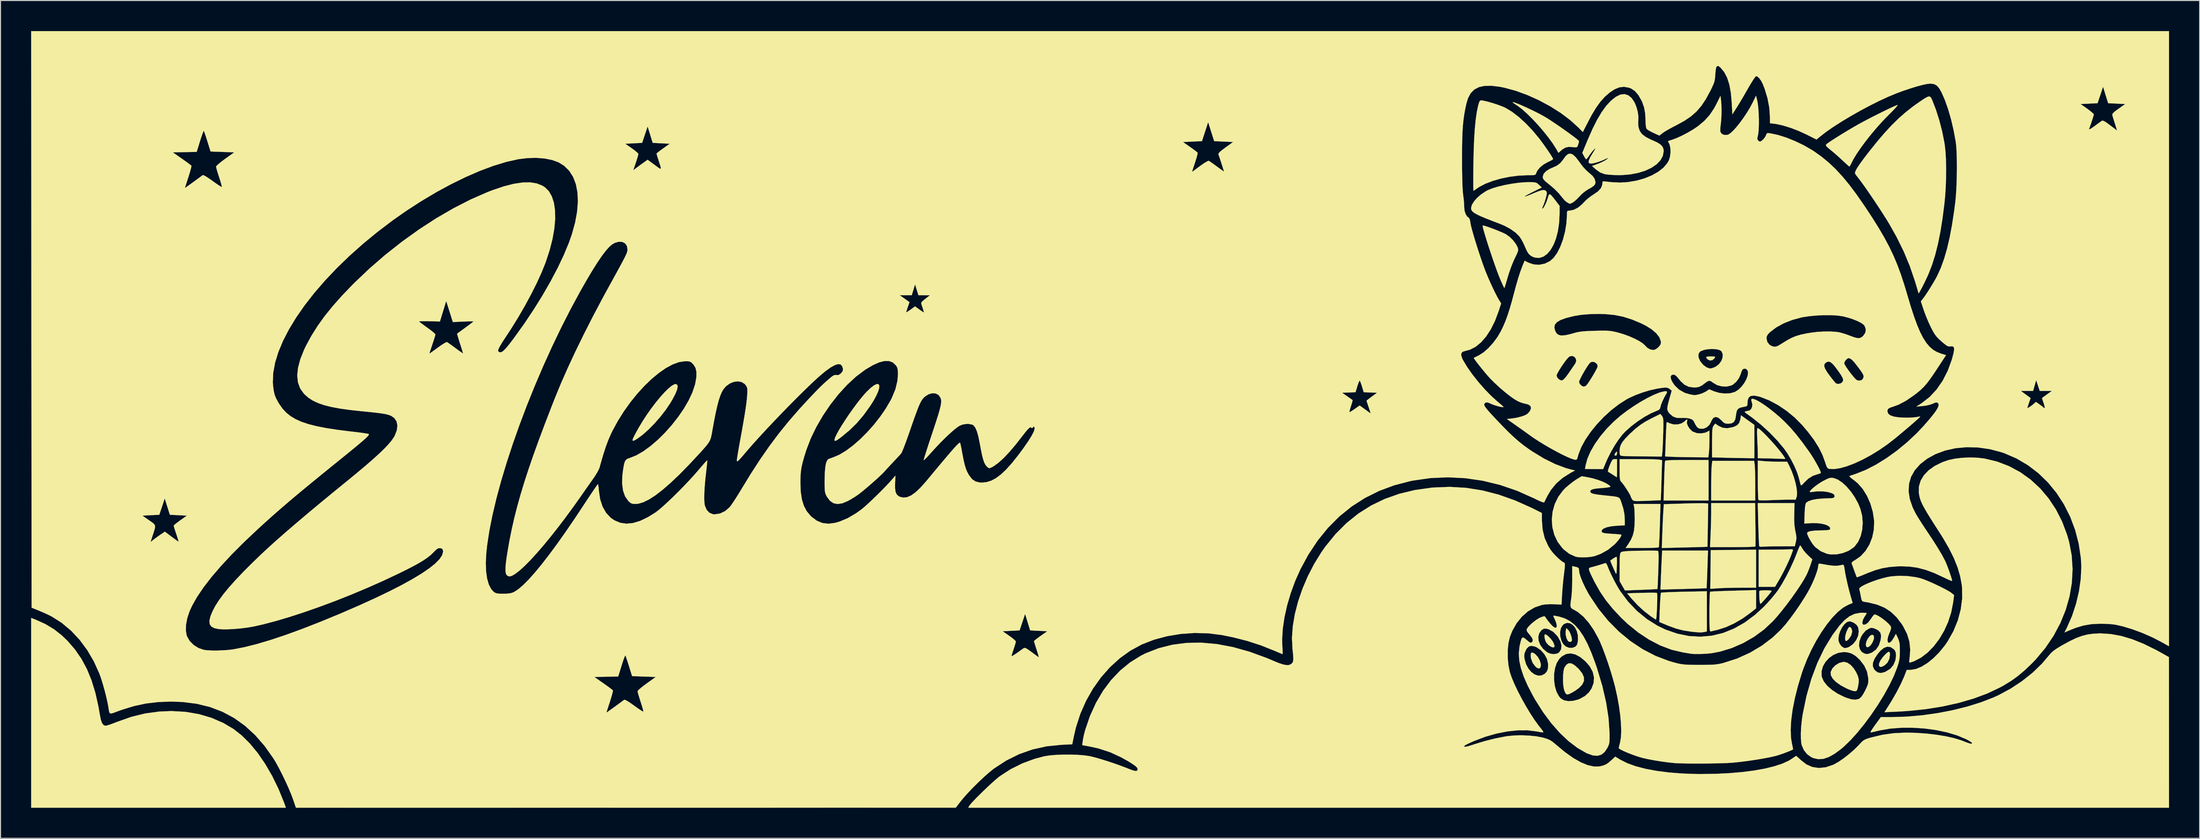
<source format=kicad_pcb>
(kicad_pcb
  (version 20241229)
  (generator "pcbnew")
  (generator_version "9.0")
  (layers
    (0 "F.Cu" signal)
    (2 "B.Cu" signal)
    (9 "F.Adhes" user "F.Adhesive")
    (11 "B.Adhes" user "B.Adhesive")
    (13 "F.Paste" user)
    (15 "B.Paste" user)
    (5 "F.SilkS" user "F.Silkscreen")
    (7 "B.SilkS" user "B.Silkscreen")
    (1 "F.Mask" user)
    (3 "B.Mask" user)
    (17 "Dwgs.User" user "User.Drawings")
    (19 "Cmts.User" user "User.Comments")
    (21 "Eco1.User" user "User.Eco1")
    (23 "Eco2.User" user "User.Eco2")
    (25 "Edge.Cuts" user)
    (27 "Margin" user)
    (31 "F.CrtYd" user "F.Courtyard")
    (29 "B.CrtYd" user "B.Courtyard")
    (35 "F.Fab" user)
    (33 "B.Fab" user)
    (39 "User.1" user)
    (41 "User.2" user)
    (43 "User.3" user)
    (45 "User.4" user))
  (footprint "rosie_eleven"
    (layer "F.Cu")
    (at 104.738 38.105)
    (property "Reference" "rosie_eleven" (at 0 0 0) (layer "F.SilkS") (effects (font (size 1.524 1.524) (thickness 0.3))))
    (attr through_hole)
    (fp_poly (pts (xy 50.707 3.185) (xy 50.713 3.323) (xy 50.674 3.51) (xy 50.588 3.556) (xy 50.476 3.519) (xy 50.461 3.488) (xy 50.508 3.373) (xy 50.586 3.255) (xy 50.675 3.15) (xy 50.707 3.185)) (stroke (width 0.01) (type solid)) (fill yes) (layer "F.SilkS"))
    (fp_poly (pts (xy 64.347 16.51) (xy 62.928 16.51) (xy 62.375 16.514) (xy 61.805 16.524) (xy 61.273 16.539) (xy 60.833 16.557) (xy 60.683 16.566) (xy 59.856 16.62) (xy 59.879 14.724) (xy 59.902 12.827) (xy 62.124 12.804) (xy 64.347 12.782) (xy 64.347 16.51)) (stroke (width 0.01) (type solid)) (fill yes) (layer "F.SilkS"))
    (fp_poly (pts (xy 45.936 20.662) (xy 46.06 20.839) (xy 46.174 21.096) (xy 46.258 21.375) (xy 46.295 21.618) (xy 46.273 21.755) (xy 46.14 21.839) (xy 45.971 21.793) (xy 45.896 21.725) (xy 45.763 21.47) (xy 45.685 21.135) (xy 45.681 20.805) (xy 45.688 20.76) (xy 45.741 20.479) (xy 45.936 20.662)) (stroke (width 0.01) (type solid)) (fill yes) (layer "F.SilkS"))
    (fp_poly (pts (xy 60.18 -6.178) (xy 60.309 -6.158) (xy 60.329 -6.106) (xy 60.271 -6.003) (xy 60.262 -5.99) (xy 60.068 -5.82) (xy 59.832 -5.779) (xy 59.614 -5.875) (xy 59.58 -5.908) (xy 59.469 -6.05) (xy 59.467 -6.132) (xy 59.594 -6.17) (xy 59.869 -6.181) (xy 59.912 -6.181) (xy 60.18 -6.178)) (stroke (width 0.01) (type solid)) (fill yes) (layer "F.SilkS"))
    (fp_poly (pts (xy 42.561 22.934) (xy 42.705 23.037) (xy 42.944 23.296) (xy 43.133 23.628) (xy 43.239 23.967) (xy 43.248 24.157) (xy 43.182 24.377) (xy 43.046 24.444) (xy 42.845 24.359) (xy 42.726 24.26) (xy 42.449 23.899) (xy 42.283 23.458) (xy 42.249 23.159) (xy 42.28 22.939) (xy 42.38 22.865) (xy 42.561 22.934)) (stroke (width 0.01) (type solid)) (fill yes) (layer "F.SilkS"))
    (fp_poly (pts (xy 75.885 21.234) (xy 75.906 21.44) (xy 75.864 21.624) (xy 75.731 21.929) (xy 75.568 22.163) (xy 75.4 22.31) (xy 75.25 22.357) (xy 75.142 22.29) (xy 75.099 22.093) (xy 75.099 22.087) (xy 75.155 21.809) (xy 75.295 21.512) (xy 75.48 21.266) (xy 75.606 21.167) (xy 75.78 21.134) (xy 75.885 21.234)) (stroke (width 0.01) (type solid)) (fill yes) (layer "F.SilkS"))
    (fp_poly (pts (xy 64.208 4.457) (xy 64.226 4.669) (xy 64.241 5.015) (xy 64.253 5.458) (xy 64.26 5.962) (xy 64.262 6.404) (xy 64.262 7.959) (xy 59.944 7.959) (xy 59.945 6.456) (xy 59.948 5.932) (xy 59.957 5.433) (xy 59.97 4.997) (xy 59.986 4.665) (xy 59.999 4.508) (xy 60.052 4.064) (xy 64.154 4.064) (xy 64.208 4.457)) (stroke (width 0.01) (type solid)) (fill yes) (layer "F.SilkS"))
    (fp_poly (pts (xy 73.589 20.38) (xy 73.693 20.51) (xy 73.756 20.716) (xy 73.763 20.837) (xy 73.669 21.204) (xy 73.413 21.57) (xy 73.363 21.62) (xy 73.203 21.743) (xy 73.109 21.714) (xy 73.071 21.529) (xy 73.069 21.442) (xy 73.103 21.187) (xy 73.188 20.892) (xy 73.302 20.617) (xy 73.421 20.421) (xy 73.472 20.374) (xy 73.589 20.38)) (stroke (width 0.01) (type solid)) (fill yes) (layer "F.SilkS"))
    (fp_poly (pts (xy 77.428 22.824) (xy 77.467 22.982) (xy 77.47 23.074) (xy 77.403 23.505) (xy 77.218 23.873) (xy 76.946 24.128) (xy 76.677 24.266) (xy 76.505 24.285) (xy 76.406 24.187) (xy 76.399 24.171) (xy 76.4 23.954) (xy 76.527 23.663) (xy 76.767 23.325) (xy 76.914 23.158) (xy 77.164 22.909) (xy 77.331 22.799) (xy 77.428 22.824)) (stroke (width 0.01) (type solid)) (fill yes) (layer "F.SilkS"))
    (fp_poly (pts (xy 43.813 21.146) (xy 44.01 21.308) (xy 44.219 21.529) (xy 44.4 21.765) (xy 44.49 21.924) (xy 44.584 22.198) (xy 44.563 22.346) (xy 44.427 22.372) (xy 44.218 22.295) (xy 43.982 22.128) (xy 43.783 21.902) (xy 43.773 21.887) (xy 43.678 21.678) (xy 43.619 21.442) (xy 43.601 21.232) (xy 43.632 21.101) (xy 43.669 21.082) (xy 43.813 21.146)) (stroke (width 0.01) (type solid)) (fill yes) (layer "F.SilkS"))
    (fp_poly (pts (xy 59.69 7.959) (xy 55.277 7.959) (xy 55.331 6.075) (xy 55.348 5.523) (xy 55.366 5.025) (xy 55.384 4.607) (xy 55.4 4.296) (xy 55.414 4.116) (xy 55.418 4.085) (xy 55.469 4.051) (xy 55.609 4.024) (xy 55.851 4.004) (xy 56.213 3.991) (xy 56.709 3.983) (xy 57.354 3.979) (xy 57.571 3.979) (xy 59.69 3.979) (xy 59.69 7.959)) (stroke (width 0.01) (type solid)) (fill yes) (layer "F.SilkS"))
    (fp_poly (pts (xy 67.957 12.797) (xy 67.937 12.903) (xy 67.79 13.314) (xy 67.575 13.827) (xy 67.313 14.395) (xy 67.023 14.976) (xy 66.728 15.526) (xy 66.612 15.727) (xy 66.203 16.425) (xy 64.601 16.425) (xy 64.601 12.785) (xy 66.019 12.775) (xy 66.514 12.771) (xy 66.968 12.765) (xy 67.348 12.757) (xy 67.616 12.75) (xy 67.714 12.745) (xy 67.899 12.743) (xy 67.957 12.797)) (stroke (width 0.01) (type solid)) (fill yes) (layer "F.SilkS"))
    (fp_poly (pts (xy 50.681 13.484) (xy 50.696 13.58) (xy 50.703 13.809) (xy 50.703 14.131) (xy 50.697 14.403) (xy 50.684 14.79) (xy 50.667 15.028) (xy 50.644 15.135) (xy 50.61 15.134) (xy 50.575 15.071) (xy 50.376 14.636) (xy 50.217 14.276) (xy 50.107 14.012) (xy 50.056 13.867) (xy 50.056 13.847) (xy 50.134 13.793) (xy 50.3 13.679) (xy 50.36 13.637) (xy 50.545 13.525) (xy 50.665 13.48) (xy 50.681 13.484)) (stroke (width 0.01) (type solid)) (fill yes) (layer "F.SilkS"))
    (fp_poly (pts (xy 50.715 4.784) (xy 50.713 5.149) (xy 50.708 5.441) (xy 50.701 5.625) (xy 50.694 5.672) (xy 50.618 5.629) (xy 50.445 5.519) (xy 50.292 5.419) (xy 50.064 5.272) (xy 49.89 5.168) (xy 49.831 5.138) (xy 49.823 5.054) (xy 49.873 4.854) (xy 49.971 4.577) (xy 50 4.503) (xy 50.133 4.194) (xy 50.234 4.011) (xy 50.329 3.923) (xy 50.444 3.896) (xy 50.483 3.895) (xy 50.715 3.895) (xy 50.715 4.784)) (stroke (width 0.01) (type solid)) (fill yes) (layer "F.SilkS"))
    (fp_poly (pts (xy 59.569 14.71) (xy 59.551 15.249) (xy 59.533 15.726) (xy 59.517 16.118) (xy 59.504 16.4) (xy 59.495 16.547) (xy 59.493 16.563) (xy 59.408 16.569) (xy 59.176 16.578) (xy 58.819 16.59) (xy 58.359 16.604) (xy 57.818 16.62) (xy 57.226 16.637) (xy 54.974 16.698) (xy 55.005 15.821) (xy 55.023 15.355) (xy 55.046 14.802) (xy 55.07 14.243) (xy 55.086 13.906) (xy 55.135 12.869) (xy 59.63 12.869) (xy 59.569 14.71)) (stroke (width 0.01) (type solid)) (fill yes) (layer "F.SilkS"))
    (fp_poly (pts (xy 64.278 10.308) (xy 64.284 10.888) (xy 64.288 11.411) (xy 64.289 11.855) (xy 64.287 12.194) (xy 64.283 12.406) (xy 64.278 12.467) (xy 64.19 12.484) (xy 63.955 12.499) (xy 63.596 12.512) (xy 63.135 12.522) (xy 62.595 12.529) (xy 62.042 12.531) (xy 59.833 12.531) (xy 59.888 11.247) (xy 59.909 10.704) (xy 59.926 10.131) (xy 59.939 9.592) (xy 59.944 9.149) (xy 59.944 9.088) (xy 59.944 8.213) (xy 64.251 8.213) (xy 64.278 10.308)) (stroke (width 0.01) (type solid)) (fill yes) (layer "F.SilkS"))
    (fp_poly (pts (xy 65.574 16.772) (xy 65.784 16.794) (xy 65.87 16.825) (xy 65.87 16.828) (xy 65.818 16.917) (xy 65.681 17.096) (xy 65.489 17.329) (xy 65.273 17.58) (xy 65.064 17.815) (xy 64.89 17.999) (xy 64.784 18.096) (xy 64.773 18.102) (xy 64.734 18.038) (xy 64.697 17.843) (xy 64.671 17.559) (xy 64.668 17.51) (xy 64.657 17.199) (xy 64.655 16.958) (xy 64.664 16.832) (xy 64.666 16.828) (xy 64.759 16.796) (xy 64.975 16.773) (xy 65.269 16.764) (xy 65.283 16.764) (xy 65.574 16.772)) (stroke (width 0.01) (type solid)) (fill yes) (layer "F.SilkS"))
    (fp_poly (pts (xy 54.358 17.004) (xy 54.568 17.012) (xy 54.631 17.022) (xy 54.649 17.116) (xy 54.657 17.34) (xy 54.656 17.66) (xy 54.648 18.039) (xy 54.635 18.444) (xy 54.616 18.839) (xy 54.595 19.189) (xy 54.571 19.459) (xy 54.547 19.615) (xy 54.533 19.638) (xy 54.443 19.591) (xy 54.256 19.472) (xy 54.011 19.306) (xy 54.008 19.304) (xy 53.358 18.801) (xy 52.711 18.204) (xy 52.134 17.577) (xy 52.126 17.568) (xy 51.703 17.06) (xy 53.135 17.018) (xy 53.612 17.007) (xy 54.029 17.002) (xy 54.358 17.004)) (stroke (width 0.01) (type solid)) (fill yes) (layer "F.SilkS"))
    (fp_poly (pts (xy 59.521 20.807) (xy 59.256 20.86) (xy 59.073 20.889) (xy 58.881 20.9) (xy 58.638 20.891) (xy 58.302 20.861) (xy 57.933 20.819) (xy 57.208 20.705) (xy 56.516 20.526) (xy 55.784 20.263) (xy 55.588 20.183) (xy 54.857 19.877) (xy 54.913 18.469) (xy 54.935 17.997) (xy 54.96 17.586) (xy 54.985 17.265) (xy 55.008 17.063) (xy 55.023 17.007) (xy 55.118 16.991) (xy 55.36 16.974) (xy 55.726 16.956) (xy 56.193 16.938) (xy 56.737 16.921) (xy 57.298 16.908) (xy 59.521 16.861) (xy 59.521 20.807)) (stroke (width 0.01) (type solid)) (fill yes) (layer "F.SilkS"))
    (fp_poly (pts (xy 46.255 23.945) (xy 46.56 24.12) (xy 46.922 24.447) (xy 46.98 24.508) (xy 47.306 24.921) (xy 47.47 25.304) (xy 47.471 25.666) (xy 47.306 26.015) (xy 46.975 26.359) (xy 46.602 26.628) (xy 46.327 26.792) (xy 46.078 26.919) (xy 45.938 26.972) (xy 45.794 26.984) (xy 45.691 26.906) (xy 45.582 26.703) (xy 45.58 26.699) (xy 45.495 26.412) (xy 45.441 26.02) (xy 45.418 25.574) (xy 45.426 25.124) (xy 45.465 24.719) (xy 45.535 24.41) (xy 45.573 24.323) (xy 45.772 24.048) (xy 45.996 23.921) (xy 46.255 23.945)) (stroke (width 0.01) (type solid)) (fill yes) (layer "F.SilkS"))
    (fp_poly (pts (xy 54.912 10.391) (xy 54.893 10.971) (xy 54.874 11.494) (xy 54.854 11.937) (xy 54.836 12.277) (xy 54.82 12.489) (xy 54.81 12.55) (xy 54.716 12.57) (xy 54.481 12.588) (xy 54.129 12.602) (xy 53.689 12.612) (xy 53.187 12.615) (xy 53.162 12.615) (xy 51.554 12.615) (xy 51.821 12.227) (xy 52.084 11.797) (xy 52.266 11.371) (xy 52.38 10.904) (xy 52.436 10.351) (xy 52.448 9.864) (xy 52.444 9.437) (xy 52.431 9.048) (xy 52.412 8.741) (xy 52.39 8.572) (xy 52.328 8.297) (xy 54.973 8.297) (xy 54.912 10.391)) (stroke (width 0.01) (type solid)) (fill yes) (layer "F.SilkS"))
    (fp_poly (pts (xy 68.084 9.27) (xy 68.079 9.882) (xy 68.105 10.377) (xy 68.165 10.809) (xy 68.197 10.969) (xy 68.271 11.34) (xy 68.296 11.615) (xy 68.275 11.86) (xy 68.24 12.028) (xy 68.14 12.446) (xy 66.603 12.452) (xy 66.097 12.456) (xy 65.639 12.463) (xy 65.261 12.473) (xy 64.993 12.484) (xy 64.873 12.495) (xy 64.709 12.483) (xy 64.647 12.425) (xy 64.636 12.314) (xy 64.622 12.058) (xy 64.606 11.682) (xy 64.59 11.21) (xy 64.573 10.668) (xy 64.562 10.266) (xy 64.51 8.213) (xy 66.312 8.213) (xy 68.114 8.213) (xy 68.084 9.27)) (stroke (width 0.01) (type solid)) (fill yes) (layer "F.SilkS"))
    (fp_poly (pts (xy 73.282 23.869) (xy 73.607 24.087) (xy 73.913 24.418) (xy 74.158 24.814) (xy 74.323 25.18) (xy 74.402 25.485) (xy 74.405 25.8) (xy 74.34 26.196) (xy 74.33 26.242) (xy 74.267 26.495) (xy 74.198 26.622) (xy 74.091 26.664) (xy 74.013 26.666) (xy 73.822 26.629) (xy 73.542 26.536) (xy 73.241 26.41) (xy 72.655 26.1) (xy 72.193 25.774) (xy 71.864 25.444) (xy 71.681 25.119) (xy 71.653 24.81) (xy 71.661 24.773) (xy 71.826 24.43) (xy 72.113 24.13) (xy 72.474 23.907) (xy 72.863 23.797) (xy 72.967 23.791) (xy 73.282 23.869)) (stroke (width 0.01) (type solid)) (fill yes) (layer "F.SilkS"))
    (fp_poly (pts (xy 59.305 8.223) (xy 59.351 8.226) (xy 59.648 8.255) (xy 59.618 10.372) (xy 59.609 10.951) (xy 59.6 11.47) (xy 59.592 11.907) (xy 59.585 12.239) (xy 59.579 12.442) (xy 59.575 12.498) (xy 59.491 12.502) (xy 59.26 12.51) (xy 58.903 12.521) (xy 58.445 12.534) (xy 57.906 12.548) (xy 57.334 12.562) (xy 55.104 12.617) (xy 55.156 11.156) (xy 55.176 10.612) (xy 55.199 10.069) (xy 55.222 9.573) (xy 55.244 9.172) (xy 55.254 9.005) (xy 55.301 8.316) (xy 57.178 8.256) (xy 57.744 8.24) (xy 58.269 8.228) (xy 58.723 8.221) (xy 59.079 8.219) (xy 59.305 8.223)) (stroke (width 0.01) (type solid)) (fill yes) (layer "F.SilkS"))
    (fp_poly (pts (xy 63.521 0.067) (xy 64.177 0.538) (xy 64.177 3.81) (xy 62.971 3.792) (xy 62.437 3.783) (xy 61.87 3.772) (xy 61.336 3.759) (xy 60.904 3.747) (xy 60.897 3.747) (xy 60.029 3.719) (xy 60.031 2.262) (xy 60.033 1.72) (xy 60.041 1.32) (xy 60.057 1.037) (xy 60.083 0.843) (xy 60.122 0.712) (xy 60.176 0.617) (xy 60.185 0.606) (xy 60.337 0.408) (xy 60.66 0.627) (xy 61.068 0.819) (xy 61.523 0.864) (xy 62.043 0.765) (xy 62.21 0.709) (xy 62.509 0.556) (xy 62.696 0.333) (xy 62.802 -0.003) (xy 62.818 -0.097) (xy 62.865 -0.405) (xy 63.521 0.067)) (stroke (width 0.01) (type solid)) (fill yes) (layer "F.SilkS"))
    (fp_poly (pts (xy 64.617 0.909) (xy 64.826 1.081) (xy 65.1 1.34) (xy 65.421 1.665) (xy 65.766 2.034) (xy 66.116 2.424) (xy 66.45 2.814) (xy 66.749 3.182) (xy 66.991 3.505) (xy 67.097 3.662) (xy 67.191 3.821) (xy 67.183 3.879) (xy 67.064 3.878) (xy 67.045 3.876) (xy 66.888 3.867) (xy 66.6 3.857) (xy 66.219 3.845) (xy 65.782 3.834) (xy 65.68 3.831) (xy 64.516 3.805) (xy 64.516 3.405) (xy 64.511 3.163) (xy 64.499 2.801) (xy 64.481 2.369) (xy 64.46 1.926) (xy 64.441 1.417) (xy 64.442 1.071) (xy 64.465 0.885) (xy 64.494 0.847) (xy 64.617 0.909)) (stroke (width 0.01) (type solid)) (fill yes) (layer "F.SilkS"))
    (fp_poly (pts (xy -21.676 -3.455) (xy -21.6 -3.322) (xy -21.61 -3.082) (xy -21.71 -2.743) (xy -21.9 -2.313) (xy -22.183 -1.801) (xy -22.502 -1.302) (xy -23.149 -0.407) (xy -23.807 0.367) (xy -24.518 1.064) (xy -25.325 1.73) (xy -25.428 1.808) (xy -25.709 2.009) (xy -25.885 2.101) (xy -25.973 2.09) (xy -25.992 2.011) (xy -25.941 1.808) (xy -25.799 1.495) (xy -25.58 1.092) (xy -25.299 0.622) (xy -24.969 0.105) (xy -24.606 -0.437) (xy -24.223 -0.982) (xy -23.836 -1.509) (xy -23.457 -1.997) (xy -23.103 -2.423) (xy -22.815 -2.738) (xy -22.409 -3.121) (xy -22.083 -3.363) (xy -21.838 -3.471) (xy -21.676 -3.455)) (stroke (width 0.01) (type solid)) (fill yes) (layer "F.SilkS"))
    (fp_poly (pts (xy -41.41 -3.408) (xy -41.36 -3.224) (xy -41.419 -2.922) (xy -41.585 -2.51) (xy -41.855 -1.992) (xy -42.109 -1.566) (xy -42.552 -0.912) (xy -43.071 -0.245) (xy -43.636 0.4) (xy -44.215 0.99) (xy -44.778 1.491) (xy -45.248 1.842) (xy -45.534 2.021) (xy -45.704 2.099) (xy -45.777 2.079) (xy -45.771 1.965) (xy -45.761 1.926) (xy -45.698 1.78) (xy -45.57 1.523) (xy -45.394 1.194) (xy -45.201 0.847) (xy -44.814 0.197) (xy -44.394 -0.447) (xy -43.955 -1.071) (xy -43.511 -1.656) (xy -43.075 -2.187) (xy -42.662 -2.648) (xy -42.284 -3.023) (xy -41.957 -3.293) (xy -41.693 -3.445) (xy -41.569 -3.471) (xy -41.41 -3.408)) (stroke (width 0.01) (type solid)) (fill yes) (layer "F.SilkS"))
    (fp_poly (pts (xy 64.347 18.535) (xy 63.775 18.992) (xy 63.01 19.542) (xy 62.198 20.014) (xy 61.384 20.386) (xy 60.609 20.636) (xy 60.531 20.654) (xy 60.246 20.72) (xy 60.013 20.776) (xy 59.923 20.799) (xy 59.875 20.802) (xy 59.839 20.768) (xy 59.813 20.678) (xy 59.795 20.511) (xy 59.784 20.249) (xy 59.777 19.871) (xy 59.775 19.358) (xy 59.775 18.891) (xy 59.777 18.335) (xy 59.785 17.837) (xy 59.796 17.422) (xy 59.811 17.114) (xy 59.828 16.938) (xy 59.838 16.906) (xy 59.937 16.893) (xy 60.181 16.878) (xy 60.55 16.86) (xy 61.018 16.841) (xy 61.564 16.823) (xy 62.124 16.806) (xy 64.347 16.744) (xy 64.347 18.535)) (stroke (width 0.01) (type solid)) (fill yes) (layer "F.SilkS"))
    (fp_poly (pts (xy 65.088 4.093) (xy 65.434 4.118) (xy 65.876 4.136) (xy 66.338 4.147) (xy 66.525 4.148) (xy 67.392 4.149) (xy 67.616 4.591) (xy 67.847 5.103) (xy 68.045 5.65) (xy 68.202 6.198) (xy 68.31 6.712) (xy 68.361 7.156) (xy 68.346 7.496) (xy 68.325 7.58) (xy 68.228 7.874) (xy 67.494 7.874) (xy 67.101 7.879) (xy 66.608 7.892) (xy 66.085 7.91) (xy 65.701 7.927) (xy 65.293 7.942) (xy 64.948 7.945) (xy 64.699 7.935) (xy 64.582 7.915) (xy 64.579 7.913) (xy 64.561 7.812) (xy 64.545 7.567) (xy 64.532 7.203) (xy 64.522 6.745) (xy 64.517 6.217) (xy 64.516 5.943) (xy 64.516 4.04) (xy 65.088 4.093)) (stroke (width 0.01) (type solid)) (fill yes) (layer "F.SilkS"))
    (fp_poly (pts (xy 55.125 -0.332) (xy 55.181 -0.246) (xy 55.221 -0.139) (xy 55.245 0.016) (xy 55.257 0.243) (xy 55.258 0.571) (xy 55.249 1.024) (xy 55.238 1.397) (xy 55.222 1.916) (xy 55.203 2.402) (xy 55.183 2.819) (xy 55.164 3.131) (xy 55.151 3.281) (xy 55.108 3.641) (xy 53.271 3.628) (xy 52.716 3.623) (xy 52.207 3.615) (xy 51.771 3.605) (xy 51.438 3.595) (xy 51.236 3.584) (xy 51.202 3.58) (xy 51.069 3.548) (xy 50.999 3.475) (xy 50.973 3.316) (xy 50.969 3.079) (xy 50.995 2.777) (xy 51.084 2.495) (xy 51.253 2.204) (xy 51.52 1.876) (xy 51.903 1.482) (xy 51.999 1.388) (xy 52.509 0.921) (xy 52.983 0.548) (xy 53.483 0.224) (xy 54.073 -0.094) (xy 54.159 -0.136) (xy 54.968 -0.538) (xy 55.125 -0.332)) (stroke (width 0.01) (type solid)) (fill yes) (layer "F.SilkS"))
    (fp_poly (pts (xy 54.306 12.877) (xy 54.58 12.882) (xy 54.715 12.892) (xy 54.722 12.894) (xy 54.755 12.952) (xy 54.777 13.105) (xy 54.787 13.37) (xy 54.786 13.762) (xy 54.775 14.296) (xy 54.76 14.776) (xy 54.741 15.315) (xy 54.722 15.794) (xy 54.705 16.189) (xy 54.69 16.473) (xy 54.679 16.623) (xy 54.676 16.64) (xy 54.588 16.65) (xy 54.357 16.664) (xy 54.011 16.682) (xy 53.576 16.702) (xy 53.079 16.722) (xy 53.072 16.723) (xy 51.492 16.784) (xy 51.232 16.33) (xy 50.971 15.875) (xy 50.97 14.51) (xy 50.972 13.987) (xy 50.98 13.608) (xy 50.997 13.348) (xy 51.024 13.179) (xy 51.065 13.078) (xy 51.109 13.028) (xy 51.206 12.984) (xy 51.392 12.95) (xy 51.685 12.924) (xy 52.103 12.904) (xy 52.665 12.889) (xy 52.935 12.884) (xy 53.457 12.877) (xy 53.923 12.875) (xy 54.306 12.877)) (stroke (width 0.01) (type solid)) (fill yes) (layer "F.SilkS"))
    (fp_poly (pts (xy -104.309 19.643) (xy -103.344 20.079) (xy -102.495 20.588) (xy -101.717 21.202) (xy -101.17 21.729) (xy -100.441 22.571) (xy -99.809 23.488) (xy -99.269 24.495) (xy -98.814 25.608) (xy -98.437 26.841) (xy -98.132 28.21) (xy -98.005 28.947) (xy -97.912 29.429) (xy -97.804 29.76) (xy -97.672 29.96) (xy -97.505 30.049) (xy -97.42 30.057) (xy -97.276 30.026) (xy -97.013 29.942) (xy -96.67 29.818) (xy -96.289 29.67) (xy -94.91 29.183) (xy -93.547 28.85) (xy -92.168 28.664) (xy -90.983 28.617) (xy -89.617 28.692) (xy -88.304 28.915) (xy -87.058 29.282) (xy -85.893 29.788) (xy -84.91 30.369) (xy -84.088 31.013) (xy -83.287 31.811) (xy -82.516 32.75) (xy -81.787 33.814) (xy -81.107 34.989) (xy -80.488 36.261) (xy -79.938 37.615) (xy -79.877 37.782) (xy -79.764 38.1) (xy -104.733 38.1) (xy -104.733 19.476) (xy -104.309 19.643)) (stroke (width 0.01) (type solid)) (fill yes) (layer "F.SilkS"))
    (fp_poly (pts (xy 55.619 -2.698) (xy 55.567 -2.552) (xy 55.545 -2.515) (xy 55.341 -2.154) (xy 55.16 -1.775) (xy 55.028 -1.436) (xy 54.976 -1.239) (xy 54.912 -1.035) (xy 54.769 -0.911) (xy 54.622 -0.851) (xy 54.033 -0.598) (xy 53.387 -0.239) (xy 52.729 0.194) (xy 52.103 0.672) (xy 51.553 1.162) (xy 51.257 1.474) (xy 50.873 1.969) (xy 50.474 2.572) (xy 50.094 3.231) (xy 49.765 3.893) (xy 49.651 4.153) (xy 49.351 4.877) (xy 48.463 4.872) (xy 47.575 4.868) (xy 47.63 4.53) (xy 47.805 3.87) (xy 48.114 3.156) (xy 48.544 2.411) (xy 49.076 1.658) (xy 49.697 0.918) (xy 50.39 0.214) (xy 51.037 -0.349) (xy 51.674 -0.836) (xy 52.352 -1.303) (xy 53.038 -1.734) (xy 53.703 -2.109) (xy 54.316 -2.412) (xy 54.847 -2.625) (xy 55.012 -2.676) (xy 55.353 -2.756) (xy 55.551 -2.765) (xy 55.619 -2.698)) (stroke (width 0.01) (type solid)) (fill yes) (layer "F.SilkS"))
    (fp_poly (pts (xy 57.598 0.121) (xy 57.58 0.156) (xy 57.56 0.354) (xy 57.644 0.612) (xy 57.807 0.88) (xy 58.024 1.111) (xy 58.136 1.193) (xy 58.51 1.338) (xy 58.942 1.375) (xy 59.355 1.302) (xy 59.499 1.24) (xy 59.775 1.096) (xy 59.774 1.966) (xy 59.768 2.393) (xy 59.753 2.81) (xy 59.732 3.154) (xy 59.72 3.281) (xy 59.666 3.725) (xy 58.091 3.709) (xy 57.546 3.702) (xy 57.02 3.693) (xy 56.55 3.682) (xy 56.178 3.671) (xy 55.973 3.662) (xy 55.431 3.632) (xy 55.49 1.967) (xy 55.51 1.455) (xy 55.53 1.003) (xy 55.549 0.639) (xy 55.566 0.387) (xy 55.578 0.275) (xy 55.58 0.272) (xy 55.667 0.286) (xy 55.84 0.361) (xy 55.868 0.375) (xy 56.242 0.49) (xy 56.65 0.492) (xy 57.037 0.39) (xy 57.345 0.191) (xy 57.399 0.133) (xy 57.53 0.018) (xy 57.608 0.015) (xy 57.598 0.121)) (stroke (width 0.01) (type solid)) (fill yes) (layer "F.SilkS"))
    (fp_poly (pts (xy 53.333 3.897) (xy 53.845 3.904) (xy 54.285 3.915) (xy 54.623 3.929) (xy 54.83 3.944) (xy 54.861 3.949) (xy 55.133 4.003) (xy 55.073 5.96) (xy 55.055 6.516) (xy 55.039 7.011) (xy 55.024 7.422) (xy 55.012 7.725) (xy 55.004 7.896) (xy 55.002 7.926) (xy 54.918 7.932) (xy 54.694 7.943) (xy 54.359 7.958) (xy 53.94 7.974) (xy 53.659 7.985) (xy 53.157 8.003) (xy 52.797 8.011) (xy 52.552 8.008) (xy 52.395 7.99) (xy 52.299 7.955) (xy 52.236 7.901) (xy 52.199 7.851) (xy 52.102 7.684) (xy 52.07 7.587) (xy 52.025 7.468) (xy 51.906 7.252) (xy 51.74 6.98) (xy 51.553 6.69) (xy 51.37 6.424) (xy 51.216 6.222) (xy 51.144 6.143) (xy 51.07 6.062) (xy 51.021 5.955) (xy 50.99 5.789) (xy 50.975 5.533) (xy 50.97 5.154) (xy 50.969 4.94) (xy 50.969 3.895) (xy 52.779 3.895) (xy 53.333 3.897)) (stroke (width 0.01) (type solid)) (fill yes) (layer "F.SilkS"))
    (fp_poly (pts (xy 40.738 -31.07) (xy 41.035 -30.955) (xy 41.407 -30.798) (xy 41.829 -30.609) (xy 42.276 -30.399) (xy 42.723 -30.181) (xy 43.145 -29.965) (xy 43.516 -29.763) (xy 43.73 -29.638) (xy 44.083 -29.415) (xy 44.489 -29.148) (xy 44.926 -28.852) (xy 45.371 -28.543) (xy 45.803 -28.236) (xy 46.2 -27.948) (xy 46.539 -27.695) (xy 46.797 -27.492) (xy 46.953 -27.356) (xy 46.99 -27.307) (xy 46.964 -27.159) (xy 46.9 -26.945) (xy 46.896 -26.935) (xy 46.832 -26.776) (xy 46.748 -26.704) (xy 46.591 -26.697) (xy 46.393 -26.721) (xy 45.985 -26.745) (xy 45.667 -26.678) (xy 45.375 -26.505) (xy 45.265 -26.414) (xy 44.975 -26.16) (xy 44.742 -26.563) (xy 44.401 -27.099) (xy 43.973 -27.686) (xy 43.483 -28.299) (xy 42.956 -28.909) (xy 42.416 -29.489) (xy 41.888 -30.011) (xy 41.397 -30.449) (xy 40.968 -30.774) (xy 40.915 -30.808) (xy 40.684 -30.96) (xy 40.523 -31.074) (xy 40.471 -31.123) (xy 40.542 -31.129) (xy 40.738 -31.07)) (stroke (width 0.01) (type solid)) (fill yes) (layer "F.SilkS"))
    (fp_poly (pts (xy 37.637 -19.02) (xy 37.854 -18.958) (xy 38.158 -18.855) (xy 38.517 -18.725) (xy 38.895 -18.579) (xy 39.259 -18.43) (xy 39.575 -18.293) (xy 39.809 -18.179) (xy 39.848 -18.157) (xy 40.2 -17.899) (xy 40.537 -17.561) (xy 40.812 -17.197) (xy 40.964 -16.9) (xy 41.011 -16.752) (xy 41.023 -16.62) (xy 40.99 -16.465) (xy 40.903 -16.249) (xy 40.753 -15.933) (xy 40.691 -15.809) (xy 40.508 -15.399) (xy 40.311 -14.896) (xy 40.126 -14.368) (xy 40.004 -13.974) (xy 39.889 -13.578) (xy 39.79 -13.245) (xy 39.715 -13.006) (xy 39.676 -12.894) (xy 39.673 -12.89) (xy 39.631 -12.952) (xy 39.538 -13.141) (xy 39.407 -13.429) (xy 39.252 -13.787) (xy 39.242 -13.813) (xy 39.101 -14.164) (xy 38.935 -14.606) (xy 38.752 -15.116) (xy 38.559 -15.672) (xy 38.364 -16.25) (xy 38.173 -16.828) (xy 37.994 -17.384) (xy 37.835 -17.894) (xy 37.703 -18.336) (xy 37.605 -18.688) (xy 37.549 -18.926) (xy 37.542 -19.028) (xy 37.542 -19.028) (xy 37.637 -19.02)) (stroke (width 0.01) (type solid)) (fill yes) (layer "F.SilkS"))
    (fp_poly (pts (xy 78.214 -30.821) (xy 78.111 -30.684) (xy 77.913 -30.462) (xy 77.633 -30.171) (xy 77.333 -29.871) (xy 76.772 -29.296) (xy 76.2 -28.661) (xy 75.637 -27.994) (xy 75.103 -27.32) (xy 74.619 -26.666) (xy 74.204 -26.057) (xy 73.879 -25.519) (xy 73.72 -25.209) (xy 73.608 -24.984) (xy 73.522 -24.84) (xy 73.491 -24.811) (xy 73.416 -24.867) (xy 73.246 -25.016) (xy 73.01 -25.233) (xy 72.813 -25.417) (xy 72.47 -25.734) (xy 72.098 -26.063) (xy 71.76 -26.349) (xy 71.647 -26.44) (xy 71.379 -26.66) (xy 71.232 -26.809) (xy 71.187 -26.91) (xy 71.214 -26.977) (xy 71.334 -27.079) (xy 71.579 -27.251) (xy 71.924 -27.478) (xy 72.346 -27.747) (xy 72.821 -28.041) (xy 73.328 -28.348) (xy 73.842 -28.652) (xy 74.341 -28.939) (xy 74.364 -28.952) (xy 74.763 -29.171) (xy 75.232 -29.42) (xy 75.745 -29.685) (xy 76.274 -29.953) (xy 76.791 -30.21) (xy 77.27 -30.442) (xy 77.683 -30.636) (xy 78.003 -30.779) (xy 78.202 -30.856) (xy 78.208 -30.858) (xy 78.214 -30.821)) (stroke (width 0.01) (type solid)) (fill yes) (layer "F.SilkS"))
    (fp_poly (pts (xy 46.4 -25.977) (xy 46.676 -25.719) (xy 46.995 -25.305) (xy 47.077 -25.184) (xy 47.372 -24.794) (xy 47.697 -24.44) (xy 47.952 -24.216) (xy 48.307 -23.906) (xy 48.517 -23.612) (xy 48.597 -23.311) (xy 48.599 -23.25) (xy 48.568 -23.093) (xy 48.459 -22.946) (xy 48.245 -22.785) (xy 47.903 -22.587) (xy 47.856 -22.561) (xy 47.555 -22.362) (xy 47.236 -22.092) (xy 47.022 -21.869) (xy 46.727 -21.562) (xy 46.441 -21.327) (xy 46.197 -21.191) (xy 46.084 -21.167) (xy 45.972 -21.21) (xy 45.795 -21.314) (xy 45.787 -21.319) (xy 45.595 -21.482) (xy 45.385 -21.714) (xy 45.315 -21.805) (xy 44.983 -22.215) (xy 44.575 -22.622) (xy 44.057 -23.063) (xy 43.963 -23.137) (xy 43.687 -23.364) (xy 43.525 -23.533) (xy 43.45 -23.677) (xy 43.434 -23.807) (xy 43.515 -24.083) (xy 43.745 -24.346) (xy 44.102 -24.576) (xy 44.338 -24.679) (xy 44.798 -24.887) (xy 45.137 -25.134) (xy 45.404 -25.456) (xy 45.442 -25.515) (xy 45.687 -25.85) (xy 45.919 -26.04) (xy 46.152 -26.084) (xy 46.4 -25.977)) (stroke (width 0.01) (type solid)) (fill yes) (layer "F.SilkS"))
    (fp_poly (pts (xy 79.194 15.37) (xy 80.014 15.482) (xy 80.433 15.579) (xy 80.756 15.686) (xy 81.171 15.85) (xy 81.641 16.054) (xy 82.13 16.28) (xy 82.601 16.512) (xy 83.017 16.731) (xy 83.342 16.92) (xy 83.513 17.039) (xy 83.756 17.238) (xy 83.656 17.99) (xy 83.469 18.941) (xy 83.172 19.863) (xy 82.779 20.736) (xy 82.303 21.543) (xy 81.757 22.264) (xy 81.155 22.881) (xy 80.509 23.374) (xy 79.833 23.726) (xy 79.519 23.834) (xy 79.409 23.858) (xy 79.359 23.821) (xy 79.358 23.689) (xy 79.392 23.438) (xy 79.455 22.597) (xy 79.376 21.813) (xy 79.148 21.059) (xy 78.764 20.304) (xy 78.608 20.059) (xy 78.106 19.401) (xy 77.552 18.876) (xy 76.925 18.47) (xy 76.2 18.171) (xy 75.353 17.962) (xy 75.008 17.906) (xy 74.844 17.875) (xy 74.745 17.814) (xy 74.682 17.683) (xy 74.627 17.44) (xy 74.604 17.316) (xy 74.544 17.013) (xy 74.489 16.765) (xy 74.453 16.639) (xy 74.497 16.531) (xy 74.679 16.392) (xy 74.973 16.231) (xy 75.354 16.059) (xy 75.795 15.887) (xy 76.27 15.723) (xy 76.754 15.579) (xy 77.221 15.465) (xy 77.571 15.402) (xy 78.353 15.342) (xy 79.194 15.37)) (stroke (width 0.01) (type solid)) (fill yes) (layer "F.SilkS"))
    (fp_poly (pts (xy 64.219 -1.966) (xy 64.517 -1.822) (xy 64.882 -1.604) (xy 65.298 -1.322) (xy 65.75 -0.986) (xy 66.224 -0.606) (xy 66.703 -0.19) (xy 67.115 0.194) (xy 67.679 0.776) (xy 68.259 1.449) (xy 68.872 2.233) (xy 69.534 3.148) (xy 69.612 3.26) (xy 69.828 3.587) (xy 70.054 3.956) (xy 70.271 4.334) (xy 70.461 4.687) (xy 70.606 4.981) (xy 70.686 5.183) (xy 70.697 5.238) (xy 70.622 5.301) (xy 70.438 5.361) (xy 70.379 5.373) (xy 69.912 5.532) (xy 69.453 5.82) (xy 69.059 6.2) (xy 68.872 6.404) (xy 68.762 6.471) (xy 68.721 6.434) (xy 68.682 6.292) (xy 68.615 6.04) (xy 68.536 5.73) (xy 68.532 5.715) (xy 68.358 5.181) (xy 68.097 4.573) (xy 67.776 3.943) (xy 67.42 3.343) (xy 67.089 2.866) (xy 66.443 2.093) (xy 65.685 1.305) (xy 64.859 0.547) (xy 64.012 -0.138) (xy 63.64 -0.408) (xy 63.385 -0.588) (xy 63.255 -0.695) (xy 63.232 -0.754) (xy 63.302 -0.788) (xy 63.386 -0.808) (xy 63.599 -0.858) (xy 63.734 -0.894) (xy 63.851 -1.004) (xy 63.942 -1.208) (xy 63.98 -1.431) (xy 63.968 -1.535) (xy 63.905 -1.757) (xy 63.875 -1.863) (xy 63.883 -1.996) (xy 64.003 -2.028) (xy 64.219 -1.966)) (stroke (width 0.01) (type solid)) (fill yes) (layer "F.SilkS"))
    (fp_poly (pts (xy 37.548 -31.29) (xy 37.569 -31.286) (xy 38.007 -31.186) (xy 38.51 -31.044) (xy 39.019 -30.878) (xy 39.474 -30.708) (xy 39.777 -30.573) (xy 40.41 -30.192) (xy 41.084 -29.676) (xy 41.774 -29.046) (xy 42.458 -28.324) (xy 43.112 -27.532) (xy 43.318 -27.257) (xy 43.639 -26.812) (xy 43.927 -26.4) (xy 44.165 -26.043) (xy 44.34 -25.765) (xy 44.436 -25.587) (xy 44.45 -25.542) (xy 44.379 -25.482) (xy 44.192 -25.377) (xy 43.93 -25.25) (xy 43.921 -25.246) (xy 43.503 -25.009) (xy 43.15 -24.719) (xy 42.897 -24.409) (xy 42.791 -24.171) (xy 42.76 -24.074) (xy 42.702 -24.013) (xy 42.583 -23.979) (xy 42.372 -23.964) (xy 42.033 -23.96) (xy 41.922 -23.96) (xy 41.06 -23.921) (xy 40.183 -23.808) (xy 39.326 -23.632) (xy 38.52 -23.4) (xy 37.8 -23.122) (xy 37.197 -22.807) (xy 36.949 -22.636) (xy 36.771 -22.509) (xy 36.657 -22.44) (xy 36.644 -22.437) (xy 36.634 -22.518) (xy 36.627 -22.747) (xy 36.624 -23.104) (xy 36.623 -23.568) (xy 36.625 -24.116) (xy 36.631 -24.73) (xy 36.634 -24.913) (xy 36.662 -26.278) (xy 36.709 -27.48) (xy 36.776 -28.525) (xy 36.863 -29.419) (xy 36.971 -30.168) (xy 37.099 -30.778) (xy 37.18 -31.059) (xy 37.255 -31.245) (xy 37.355 -31.309) (xy 37.548 -31.29)) (stroke (width 0.01) (type solid)) (fill yes) (layer "F.SilkS"))
    (fp_poly (pts (xy 81.471 -31.603) (xy 81.561 -31.44) (xy 81.619 -31.308) (xy 81.977 -30.381) (xy 82.304 -29.348) (xy 82.582 -28.272) (xy 82.793 -27.216) (xy 82.841 -26.913) (xy 82.912 -26.266) (xy 82.956 -25.49) (xy 82.974 -24.625) (xy 82.966 -23.709) (xy 82.933 -22.782) (xy 82.874 -21.883) (xy 82.807 -21.195) (xy 82.619 -19.72) (xy 82.408 -18.398) (xy 82.169 -17.21) (xy 81.9 -16.14) (xy 81.596 -15.172) (xy 81.253 -14.288) (xy 81.152 -14.059) (xy 80.976 -13.681) (xy 80.793 -13.305) (xy 80.617 -12.959) (xy 80.463 -12.67) (xy 80.345 -12.465) (xy 80.276 -12.371) (xy 80.266 -12.376) (xy 80.241 -12.474) (xy 80.176 -12.702) (xy 80.079 -13.03) (xy 79.959 -13.427) (xy 79.918 -13.562) (xy 79.415 -15.04) (xy 78.821 -16.473) (xy 78.116 -17.905) (xy 77.414 -19.157) (xy 77.15 -19.591) (xy 76.821 -20.112) (xy 76.447 -20.69) (xy 76.049 -21.293) (xy 75.647 -21.891) (xy 75.262 -22.453) (xy 74.916 -22.948) (xy 74.627 -23.345) (xy 74.513 -23.495) (xy 74.313 -23.755) (xy 74.15 -23.971) (xy 74.057 -24.102) (xy 74.052 -24.111) (xy 74.041 -24.23) (xy 74.115 -24.429) (xy 74.279 -24.717) (xy 74.538 -25.102) (xy 74.898 -25.595) (xy 75.365 -26.204) (xy 75.388 -26.233) (xy 76.189 -27.233) (xy 76.931 -28.105) (xy 77.636 -28.868) (xy 78.325 -29.544) (xy 79.018 -30.153) (xy 79.736 -30.716) (xy 80.343 -31.148) (xy 80.745 -31.419) (xy 81.032 -31.596) (xy 81.232 -31.684) (xy 81.37 -31.685) (xy 81.471 -31.603)) (stroke (width 0.01) (type solid)) (fill yes) (layer "F.SilkS"))
    (fp_poly (pts (xy 47.818 5.671) (xy 48.333 5.783) (xy 48.838 5.932) (xy 49.3 6.106) (xy 49.686 6.29) (xy 49.961 6.472) (xy 50.073 6.591) (xy 50.016 6.631) (xy 49.817 6.673) (xy 49.504 6.711) (xy 49.254 6.732) (xy 48.771 6.773) (xy 48.434 6.824) (xy 48.224 6.89) (xy 48.117 6.977) (xy 48.091 7.074) (xy 48.125 7.171) (xy 48.242 7.249) (xy 48.462 7.315) (xy 48.805 7.375) (xy 49.294 7.434) (xy 49.403 7.446) (xy 49.945 7.501) (xy 50.345 7.545) (xy 50.626 7.588) (xy 50.813 7.638) (xy 50.932 7.706) (xy 51.008 7.801) (xy 51.065 7.933) (xy 51.129 8.112) (xy 51.129 8.113) (xy 51.33 8.745) (xy 51.441 9.315) (xy 51.475 9.873) (xy 51.477 10.391) (xy 50.694 10.433) (xy 50.147 10.487) (xy 49.708 10.58) (xy 49.396 10.706) (xy 49.231 10.861) (xy 49.221 10.882) (xy 49.202 11.001) (xy 49.265 11.088) (xy 49.431 11.149) (xy 49.722 11.191) (xy 50.159 11.222) (xy 50.211 11.225) (xy 50.579 11.248) (xy 50.88 11.272) (xy 51.075 11.295) (xy 51.13 11.309) (xy 51.128 11.418) (xy 51.02 11.616) (xy 50.826 11.876) (xy 50.564 12.17) (xy 50.46 12.277) (xy 49.842 12.782) (xy 49.124 13.186) (xy 48.52 13.412) (xy 48.167 13.484) (xy 47.738 13.526) (xy 47.295 13.537) (xy 46.901 13.514) (xy 46.651 13.467) (xy 46.061 13.202) (xy 45.512 12.782) (xy 45.353 12.621) (xy 44.891 12.009) (xy 44.567 11.323) (xy 44.378 10.587) (xy 44.322 9.823) (xy 44.4 9.056) (xy 44.609 8.31) (xy 44.948 7.608) (xy 45.415 6.974) (xy 45.692 6.694) (xy 46.022 6.411) (xy 46.38 6.131) (xy 46.7 5.907) (xy 46.756 5.872) (xy 47.251 5.572) (xy 47.818 5.671)) (stroke (width 0.01) (type solid)) (fill yes) (layer "F.SilkS"))
    (fp_poly (pts (xy 71.849 5.737) (xy 71.943 5.752) (xy 72.349 5.901) (xy 72.781 6.189) (xy 73.218 6.591) (xy 73.639 7.084) (xy 74.024 7.644) (xy 74.351 8.247) (xy 74.561 8.755) (xy 74.736 9.436) (xy 74.796 10.132) (xy 74.748 10.815) (xy 74.597 11.452) (xy 74.347 12.013) (xy 74.005 12.468) (xy 73.894 12.57) (xy 73.416 12.887) (xy 72.851 13.113) (xy 72.249 13.238) (xy 71.663 13.25) (xy 71.285 13.182) (xy 70.675 12.927) (xy 70.157 12.537) (xy 70.025 12.397) (xy 69.842 12.157) (xy 69.655 11.861) (xy 69.492 11.559) (xy 69.379 11.3) (xy 69.342 11.146) (xy 69.425 11.04) (xy 69.676 10.961) (xy 70.092 10.91) (xy 70.675 10.887) (xy 70.774 10.886) (xy 71.186 10.875) (xy 71.449 10.847) (xy 71.583 10.801) (xy 71.608 10.769) (xy 71.587 10.599) (xy 71.421 10.447) (xy 71.135 10.321) (xy 70.752 10.228) (xy 70.299 10.177) (xy 69.798 10.174) (xy 69.716 10.179) (xy 69.07 10.22) (xy 69.101 9.272) (xy 69.128 8.752) (xy 69.172 8.397) (xy 69.233 8.202) (xy 69.247 8.183) (xy 69.464 8.03) (xy 69.826 7.905) (xy 70.308 7.813) (xy 70.887 7.761) (xy 71.12 7.752) (xy 71.517 7.741) (xy 71.775 7.725) (xy 71.927 7.697) (xy 72.002 7.65) (xy 72.031 7.576) (xy 72.036 7.547) (xy 72.016 7.404) (xy 71.881 7.292) (xy 71.761 7.236) (xy 71.34 7.116) (xy 70.835 7.054) (xy 70.321 7.056) (xy 70.04 7.092) (xy 69.794 7.127) (xy 69.633 7.131) (xy 69.596 7.114) (xy 69.663 6.987) (xy 69.845 6.8) (xy 70.107 6.579) (xy 70.419 6.349) (xy 70.749 6.136) (xy 70.93 6.034) (xy 71.26 5.864) (xy 71.492 5.767) (xy 71.673 5.729) (xy 71.849 5.737)) (stroke (width 0.01) (type solid)) (fill yes) (layer "F.SilkS"))
    (fp_poly (pts (xy 51.822 -31.804) (xy 52.155 -31.526) (xy 52.443 -31.087) (xy 52.445 -31.083) (xy 52.615 -30.666) (xy 52.74 -30.202) (xy 52.806 -29.754) (xy 52.801 -29.386) (xy 52.799 -29.376) (xy 52.784 -29.092) (xy 52.808 -28.761) (xy 52.824 -28.659) (xy 52.942 -28.303) (xy 53.164 -27.999) (xy 53.51 -27.728) (xy 53.999 -27.472) (xy 54.187 -27.392) (xy 54.655 -27.178) (xy 54.978 -26.973) (xy 55.176 -26.759) (xy 55.271 -26.514) (xy 55.287 -26.323) (xy 55.206 -25.861) (xy 54.972 -25.431) (xy 54.6 -25.042) (xy 54.105 -24.701) (xy 53.501 -24.415) (xy 52.803 -24.194) (xy 52.026 -24.044) (xy 51.185 -23.973) (xy 50.825 -23.969) (xy 50.393 -23.982) (xy 49.975 -24.01) (xy 49.629 -24.048) (xy 49.479 -24.075) (xy 49.048 -24.237) (xy 48.654 -24.521) (xy 48.261 -24.87) (xy 48.79 -25.062) (xy 49.121 -25.197) (xy 49.433 -25.349) (xy 49.613 -25.454) (xy 49.797 -25.59) (xy 49.835 -25.646) (xy 49.735 -25.621) (xy 49.502 -25.514) (xy 49.463 -25.494) (xy 49.207 -25.384) (xy 48.872 -25.264) (xy 48.615 -25.186) (xy 48.263 -25.109) (xy 48.036 -25.115) (xy 47.932 -25.214) (xy 47.949 -25.412) (xy 48.085 -25.719) (xy 48.337 -26.142) (xy 48.352 -26.166) (xy 48.517 -26.428) (xy 48.591 -26.564) (xy 48.58 -26.588) (xy 48.488 -26.513) (xy 48.474 -26.501) (xy 48.294 -26.304) (xy 48.088 -26.038) (xy 47.986 -25.89) (xy 47.837 -25.678) (xy 47.722 -25.547) (xy 47.676 -25.523) (xy 47.607 -25.612) (xy 47.499 -25.794) (xy 47.467 -25.853) (xy 47.308 -26.15) (xy 47.831 -27.411) (xy 48.3 -28.48) (xy 48.757 -29.391) (xy 49.208 -30.154) (xy 49.661 -30.778) (xy 50.121 -31.274) (xy 50.595 -31.652) (xy 50.603 -31.657) (xy 51.04 -31.872) (xy 51.448 -31.92) (xy 51.822 -31.804)) (stroke (width 0.01) (type solid)) (fill yes) (layer "F.SilkS"))
    (fp_poly (pts (xy 86.089 3.761) (xy 86.741 3.84) (xy 87.981 4.14) (xy 89.154 4.592) (xy 90.253 5.186) (xy 91.268 5.916) (xy 92.193 6.773) (xy 93.02 7.751) (xy 93.74 8.84) (xy 94.346 10.034) (xy 94.831 11.324) (xy 95.036 12.048) (xy 95.283 13.361) (xy 95.368 14.695) (xy 95.295 16.037) (xy 95.068 17.375) (xy 94.691 18.696) (xy 94.167 19.986) (xy 93.502 21.234) (xy 92.698 22.425) (xy 91.76 23.548) (xy 91.398 23.924) (xy 90.693 24.599) (xy 90.025 25.164) (xy 89.345 25.655) (xy 88.605 26.107) (xy 88.223 26.317) (xy 87.008 26.891) (xy 85.655 27.393) (xy 84.182 27.821) (xy 82.606 28.169) (xy 80.946 28.434) (xy 79.218 28.611) (xy 78.232 28.671) (xy 76.924 28.73) (xy 77.086 28.483) (xy 77.635 27.608) (xy 78.126 26.751) (xy 78.541 25.944) (xy 78.863 25.222) (xy 78.911 25.098) (xy 79.108 24.585) (xy 79.495 24.577) (xy 80.013 24.489) (xy 80.571 24.258) (xy 81.153 23.897) (xy 81.737 23.422) (xy 82.307 22.846) (xy 82.843 22.184) (xy 83.115 21.79) (xy 83.685 20.781) (xy 84.118 19.724) (xy 84.407 18.641) (xy 84.548 17.555) (xy 84.534 16.489) (xy 84.503 16.212) (xy 84.346 15.367) (xy 84.091 14.504) (xy 83.73 13.605) (xy 83.254 12.649) (xy 82.657 11.619) (xy 82.334 11.107) (xy 81.853 10.359) (xy 81.458 9.735) (xy 81.138 9.217) (xy 80.886 8.789) (xy 80.693 8.432) (xy 80.549 8.131) (xy 80.446 7.867) (xy 80.375 7.624) (xy 80.327 7.384) (xy 80.297 7.166) (xy 80.308 6.572) (xy 80.479 6.004) (xy 80.799 5.474) (xy 81.26 4.992) (xy 81.851 4.568) (xy 82.564 4.213) (xy 83.184 3.994) (xy 83.812 3.853) (xy 84.545 3.766) (xy 85.323 3.734) (xy 86.089 3.761)) (stroke (width 0.01) (type solid)) (fill yes) (layer "F.SilkS"))
    (fp_poly (pts (xy 42.39 -23.281) (xy 42.633 -23.264) (xy 42.795 -23.224) (xy 42.922 -23.148) (xy 43.058 -23.024) (xy 43.063 -23.02) (xy 43.335 -22.756) (xy 42.432 -22.306) (xy 42.02 -22.094) (xy 41.762 -21.949) (xy 41.659 -21.873) (xy 41.709 -21.868) (xy 41.91 -21.934) (xy 42.261 -22.075) (xy 42.513 -22.183) (xy 42.96 -22.367) (xy 43.285 -22.475) (xy 43.513 -22.51) (xy 43.671 -22.478) (xy 43.774 -22.392) (xy 43.826 -22.288) (xy 43.827 -22.129) (xy 43.774 -21.873) (xy 43.736 -21.726) (xy 43.64 -21.404) (xy 43.538 -21.115) (xy 43.468 -20.954) (xy 43.395 -20.779) (xy 43.384 -20.68) (xy 43.386 -20.679) (xy 43.455 -20.708) (xy 43.562 -20.859) (xy 43.686 -21.095) (xy 43.809 -21.379) (xy 43.91 -21.674) (xy 43.916 -21.695) (xy 43.988 -21.931) (xy 44.055 -22.065) (xy 44.139 -22.089) (xy 44.262 -21.997) (xy 44.445 -21.783) (xy 44.691 -21.467) (xy 45.085 -20.955) (xy 45.079 -20.108) (xy 45.034 -19.251) (xy 44.916 -18.463) (xy 44.733 -17.756) (xy 44.493 -17.142) (xy 44.202 -16.633) (xy 43.868 -16.24) (xy 43.498 -15.975) (xy 43.1 -15.849) (xy 42.682 -15.875) (xy 42.46 -15.951) (xy 42.237 -16.076) (xy 42.057 -16.247) (xy 41.894 -16.501) (xy 41.721 -16.874) (xy 41.672 -16.993) (xy 41.508 -17.35) (xy 41.316 -17.698) (xy 41.142 -17.957) (xy 40.774 -18.326) (xy 40.277 -18.682) (xy 39.69 -19.001) (xy 39.26 -19.183) (xy 38.499 -19.472) (xy 37.884 -19.714) (xy 37.399 -19.916) (xy 37.03 -20.088) (xy 36.762 -20.237) (xy 36.58 -20.37) (xy 36.471 -20.497) (xy 36.418 -20.624) (xy 36.407 -20.733) (xy 36.48 -21.036) (xy 36.685 -21.379) (xy 36.994 -21.734) (xy 37.385 -22.076) (xy 37.83 -22.376) (xy 38.058 -22.499) (xy 38.496 -22.676) (xy 39.06 -22.845) (xy 39.707 -22.999) (xy 40.393 -23.127) (xy 41.074 -23.222) (xy 41.709 -23.275) (xy 42.023 -23.283) (xy 42.39 -23.281)) (stroke (width 0.01) (type solid)) (fill yes) (layer "F.SilkS"))
    (fp_poly (pts (xy 68.73 12.428) (xy 68.836 12.596) (xy 68.871 12.659) (xy 69.021 12.878) (xy 69.246 13.142) (xy 69.445 13.344) (xy 69.859 13.731) (xy 69.673 14.295) (xy 69.541 14.664) (xy 69.387 15.04) (xy 69.276 15.282) (xy 69.028 15.73) (xy 68.689 16.274) (xy 68.281 16.881) (xy 67.826 17.522) (xy 67.347 18.167) (xy 66.865 18.783) (xy 66.404 19.342) (xy 66.011 19.783) (xy 65.142 20.601) (xy 64.158 21.325) (xy 63.089 21.941) (xy 61.967 22.431) (xy 60.819 22.782) (xy 59.992 22.939) (xy 59.621 22.978) (xy 59.187 23.004) (xy 58.742 23.018) (xy 58.336 23.017) (xy 58.021 23) (xy 57.912 22.985) (xy 57.77 22.96) (xy 57.513 22.917) (xy 57.194 22.864) (xy 57.15 22.857) (xy 56.06 22.599) (xy 54.96 22.183) (xy 53.867 21.616) (xy 52.794 20.907) (xy 51.758 20.065) (xy 51.138 19.478) (xy 50.316 18.601) (xy 49.624 17.749) (xy 49.036 16.884) (xy 48.524 15.97) (xy 48.476 15.875) (xy 48.244 15.405) (xy 48.084 15.064) (xy 47.991 14.829) (xy 47.959 14.679) (xy 47.982 14.59) (xy 48.056 14.542) (xy 48.149 14.517) (xy 48.346 14.467) (xy 48.632 14.387) (xy 48.954 14.292) (xy 49.257 14.199) (xy 49.488 14.123) (xy 49.576 14.091) (xy 49.656 14.137) (xy 49.749 14.3) (xy 49.777 14.371) (xy 49.943 14.786) (xy 50.175 15.289) (xy 50.445 15.827) (xy 50.726 16.344) (xy 50.991 16.787) (xy 51.031 16.849) (xy 51.798 17.877) (xy 52.674 18.795) (xy 53.641 19.589) (xy 54.683 20.244) (xy 55.457 20.616) (xy 56.609 21.019) (xy 57.753 21.254) (xy 58.886 21.321) (xy 60.003 21.221) (xy 61.101 20.956) (xy 62.177 20.525) (xy 63.227 19.93) (xy 64.248 19.171) (xy 65.109 18.379) (xy 65.485 17.982) (xy 65.871 17.544) (xy 66.223 17.116) (xy 66.5 16.747) (xy 66.523 16.713) (xy 66.908 16.102) (xy 67.309 15.38) (xy 67.701 14.603) (xy 68.056 13.822) (xy 68.328 13.145) (xy 68.455 12.813) (xy 68.564 12.551) (xy 68.64 12.393) (xy 68.664 12.361) (xy 68.73 12.428)) (stroke (width 0.01) (type solid)) (fill yes) (layer "F.SilkS"))
    (fp_poly (pts (xy 70.675 14.164) (xy 71.242 14.266) (xy 71.679 14.331) (xy 72.021 14.361) (xy 72.304 14.357) (xy 72.564 14.321) (xy 72.824 14.258) (xy 72.908 14.267) (xy 72.964 14.371) (xy 73.008 14.603) (xy 73.022 14.708) (xy 73.08 15.077) (xy 73.177 15.562) (xy 73.301 16.116) (xy 73.441 16.693) (xy 73.589 17.246) (xy 73.647 17.451) (xy 73.811 18.011) (xy 73.364 18.196) (xy 72.87 18.473) (xy 72.35 18.897) (xy 71.814 19.452) (xy 71.276 20.12) (xy 70.746 20.882) (xy 70.237 21.723) (xy 69.76 22.624) (xy 69.327 23.568) (xy 68.951 24.537) (xy 68.84 24.862) (xy 68.451 26.142) (xy 68.144 27.356) (xy 67.921 28.492) (xy 67.784 29.536) (xy 67.734 30.475) (xy 67.774 31.295) (xy 67.863 31.826) (xy 67.925 32.103) (xy 67.963 32.303) (xy 67.968 32.381) (xy 67.774 32.478) (xy 67.469 32.606) (xy 67.101 32.746) (xy 66.722 32.879) (xy 66.382 32.986) (xy 66.294 33.011) (xy 65.801 33.127) (xy 65.182 33.249) (xy 64.479 33.37) (xy 63.736 33.483) (xy 62.995 33.582) (xy 62.298 33.659) (xy 61.896 33.695) (xy 61.498 33.717) (xy 60.975 33.736) (xy 60.359 33.75) (xy 59.685 33.76) (xy 58.986 33.766) (xy 58.297 33.766) (xy 57.652 33.761) (xy 57.083 33.752) (xy 56.626 33.737) (xy 56.388 33.723) (xy 55.761 33.659) (xy 55.055 33.564) (xy 54.335 33.447) (xy 53.669 33.319) (xy 53.236 33.22) (xy 52.871 33.117) (xy 52.464 32.982) (xy 52.048 32.828) (xy 51.652 32.669) (xy 51.31 32.518) (xy 51.05 32.386) (xy 50.905 32.286) (xy 50.885 32.253) (xy 50.904 32.142) (xy 50.956 31.918) (xy 51.023 31.651) (xy 51.101 31.168) (xy 51.126 30.55) (xy 51.1 29.821) (xy 51.027 29.009) (xy 50.908 28.136) (xy 50.745 27.229) (xy 50.542 26.313) (xy 50.505 26.162) (xy 50.307 25.428) (xy 50.073 24.648) (xy 49.817 23.858) (xy 49.55 23.097) (xy 49.287 22.4) (xy 49.04 21.807) (xy 48.89 21.486) (xy 48.426 20.649) (xy 47.928 19.93) (xy 47.408 19.343) (xy 46.878 18.901) (xy 46.529 18.696) (xy 46.342 18.598) (xy 46.222 18.5) (xy 46.161 18.367) (xy 46.15 18.165) (xy 46.182 17.859) (xy 46.237 17.484) (xy 46.27 17.176) (xy 46.297 16.75) (xy 46.316 16.258) (xy 46.324 15.751) (xy 46.324 15.642) (xy 46.321 14.392) (xy 46.55 14.442) (xy 46.806 14.506) (xy 46.937 14.576) (xy 46.984 14.688) (xy 46.99 14.817) (xy 47.035 15.106) (xy 47.16 15.505) (xy 47.354 15.983) (xy 47.602 16.508) (xy 47.891 17.049) (xy 48.036 17.297) (xy 48.898 18.589) (xy 49.86 19.77) (xy 50.913 20.831) (xy 52.045 21.763) (xy 53.245 22.559) (xy 54.502 23.209) (xy 55.805 23.704) (xy 56.303 23.848) (xy 56.632 23.932) (xy 56.915 23.994) (xy 57.191 24.036) (xy 57.495 24.063) (xy 57.865 24.078) (xy 58.339 24.084) (xy 58.801 24.086) (xy 59.391 24.084) (xy 59.847 24.076) (xy 60.206 24.059) (xy 60.502 24.028) (xy 60.772 23.983) (xy 61.052 23.918) (xy 61.172 23.887) (xy 62.492 23.46) (xy 63.748 22.891) (xy 64.92 22.193) (xy 65.99 21.378) (xy 66.806 20.598) (xy 67.226 20.118) (xy 67.694 19.523) (xy 68.186 18.851) (xy 68.673 18.138) (xy 69.13 17.422) (xy 69.424 16.928) (xy 69.677 16.456) (xy 69.915 15.953) (xy 70.124 15.454) (xy 70.291 14.994) (xy 70.402 14.61) (xy 70.443 14.336) (xy 70.443 14.335) (xy 70.464 14.184) (xy 70.565 14.148) (xy 70.675 14.164)) (stroke (width 0.01) (type solid)) (fill yes) (layer "F.SilkS"))
    (fp_poly (pts (xy 44.56 19.259) (xy 44.77 19.295) (xy 45.055 19.355) (xy 45.068 19.358) (xy 45.612 19.531) (xy 46.111 19.798) (xy 46.574 20.169) (xy 47.007 20.654) (xy 47.418 21.264) (xy 47.814 22.008) (xy 48.202 22.896) (xy 48.591 23.939) (xy 48.756 24.426) (xy 49.271 26.149) (xy 49.647 27.778) (xy 49.884 29.315) (xy 49.981 30.761) (xy 49.983 30.861) (xy 49.985 31.285) (xy 49.974 31.586) (xy 49.941 31.808) (xy 49.881 31.998) (xy 49.786 32.2) (xy 49.778 32.216) (xy 49.502 32.633) (xy 49.176 32.895) (xy 48.79 33.006) (xy 48.336 32.967) (xy 47.805 32.781) (xy 47.707 32.735) (xy 46.829 32.228) (xy 45.955 31.563) (xy 45.096 30.75) (xy 44.263 29.8) (xy 43.464 28.724) (xy 42.71 27.532) (xy 42.484 27.136) (xy 41.963 26.134) (xy 41.718 25.576) (xy 44.542 25.576) (xy 44.619 26.166) (xy 44.775 26.705) (xy 45.011 27.155) (xy 45.197 27.374) (xy 45.506 27.558) (xy 45.914 27.641) (xy 46.385 27.62) (xy 46.881 27.496) (xy 47.052 27.429) (xy 47.578 27.137) (xy 47.976 26.764) (xy 48.218 26.4) (xy 48.421 25.864) (xy 48.459 25.318) (xy 48.334 24.772) (xy 48.047 24.237) (xy 47.639 23.759) (xy 47.124 23.328) (xy 46.631 23.061) (xy 46.163 22.957) (xy 45.723 23.018) (xy 45.316 23.243) (xy 45.065 23.483) (xy 44.807 23.89) (xy 44.635 24.4) (xy 44.547 24.975) (xy 44.542 25.576) (xy 41.718 25.576) (xy 41.566 25.229) (xy 41.29 24.407) (xy 41.132 23.654) (xy 41.105 23.227) (xy 41.614 23.227) (xy 41.654 23.529) (xy 41.655 23.531) (xy 41.802 24.029) (xy 42.028 24.452) (xy 42.312 24.788) (xy 42.633 25.021) (xy 42.971 25.138) (xy 43.306 25.126) (xy 43.615 24.969) (xy 43.695 24.899) (xy 43.859 24.69) (xy 43.943 24.448) (xy 43.959 24.121) (xy 43.947 23.918) (xy 43.834 23.468) (xy 43.589 23.028) (xy 43.249 22.645) (xy 42.847 22.365) (xy 42.706 22.302) (xy 42.356 22.216) (xy 42.087 22.269) (xy 41.873 22.472) (xy 41.736 22.724) (xy 41.638 22.99) (xy 41.614 23.227) (xy 41.105 23.227) (xy 41.088 22.957) (xy 41.155 22.301) (xy 41.181 22.173) (xy 41.275 21.774) (xy 41.353 21.525) (xy 41.437 21.408) (xy 41.544 21.407) (xy 41.696 21.505) (xy 41.833 21.619) (xy 42.065 21.811) (xy 42.21 21.903) (xy 42.306 21.906) (xy 42.392 21.833) (xy 42.414 21.807) (xy 42.462 21.642) (xy 42.373 21.415) (xy 42.314 21.338) (xy 42.996 21.338) (xy 43.032 21.733) (xy 43.19 22.133) (xy 43.461 22.508) (xy 43.838 22.83) (xy 43.9 22.87) (xy 44.204 22.993) (xy 44.541 23.028) (xy 44.849 22.976) (xy 45.041 22.862) (xy 45.229 22.562) (xy 45.271 22.197) (xy 45.169 21.784) (xy 44.924 21.341) (xy 44.849 21.238) (xy 44.473 20.85) (xy 45.135 20.85) (xy 45.147 21.267) (xy 45.248 21.676) (xy 45.431 22.03) (xy 45.69 22.282) (xy 45.696 22.286) (xy 46.026 22.413) (xy 46.364 22.412) (xy 46.65 22.285) (xy 46.655 22.281) (xy 46.78 22.133) (xy 46.853 21.909) (xy 46.887 21.644) (xy 46.875 21.183) (xy 46.773 20.769) (xy 46.598 20.422) (xy 46.369 20.16) (xy 46.105 20) (xy 45.824 19.961) (xy 45.544 20.061) (xy 45.403 20.175) (xy 45.218 20.47) (xy 45.135 20.85) (xy 44.473 20.85) (xy 44.464 20.841) (xy 44.028 20.599) (xy 43.804 20.536) (xy 43.569 20.527) (xy 43.364 20.635) (xy 43.315 20.675) (xy 43.088 20.976) (xy 42.996 21.338) (xy 42.314 21.338) (xy 42.144 21.117) (xy 42.061 21.027) (xy 41.891 20.805) (xy 41.854 20.627) (xy 41.864 20.587) (xy 41.977 20.402) (xy 42.195 20.166) (xy 42.479 19.913) (xy 42.787 19.678) (xy 43.079 19.494) (xy 43.23 19.423) (xy 43.466 19.339) (xy 43.594 19.317) (xy 43.665 19.359) (xy 43.705 19.422) (xy 43.8 19.563) (xy 43.966 19.784) (xy 44.145 20.009) (xy 44.399 20.282) (xy 44.601 20.428) (xy 44.741 20.441) (xy 44.806 20.32) (xy 44.805 20.193) (xy 44.749 19.952) (xy 44.641 19.673) (xy 44.611 19.611) (xy 44.514 19.407) (xy 44.469 19.276) (xy 44.47 19.256) (xy 44.56 19.259)) (stroke (width 0.01) (type solid)) (fill yes) (layer "F.SilkS"))
    (fp_poly (pts (xy 74.988 18.975) (xy 75.149 18.994) (xy 75.184 19.012) (xy 75.141 19.104) (xy 75.031 19.282) (xy 74.972 19.37) (xy 74.833 19.632) (xy 74.767 19.875) (xy 74.777 20.061) (xy 74.869 20.149) (xy 74.893 20.151) (xy 75.113 20.099) (xy 75.329 19.93) (xy 75.564 19.624) (xy 75.606 19.561) (xy 75.763 19.334) (xy 75.894 19.179) (xy 75.958 19.135) (xy 76.152 19.19) (xy 76.425 19.338) (xy 76.737 19.548) (xy 77.049 19.791) (xy 77.321 20.038) (xy 77.515 20.259) (xy 77.559 20.329) (xy 77.581 20.487) (xy 77.511 20.736) (xy 77.428 20.927) (xy 77.283 21.308) (xy 77.226 21.61) (xy 77.246 21.819) (xy 77.33 21.918) (xy 77.467 21.893) (xy 77.644 21.729) (xy 77.835 21.437) (xy 78.053 21.04) (xy 78.248 21.463) (xy 78.343 21.698) (xy 78.402 21.934) (xy 78.431 22.223) (xy 78.44 22.616) (xy 78.44 22.733) (xy 78.429 23.182) (xy 78.393 23.538) (xy 78.319 23.879) (xy 78.194 24.282) (xy 78.162 24.373) (xy 77.831 25.209) (xy 77.392 26.115) (xy 76.866 27.065) (xy 76.271 28.03) (xy 75.626 28.983) (xy 74.95 29.897) (xy 74.262 30.744) (xy 73.581 31.497) (xy 72.926 32.128) (xy 72.656 32.356) (xy 72.028 32.816) (xy 71.464 33.131) (xy 70.948 33.304) (xy 70.465 33.341) (xy 69.999 33.244) (xy 69.787 33.156) (xy 69.361 32.862) (xy 69.028 32.451) (xy 68.818 31.96) (xy 68.784 31.807) (xy 68.738 31.358) (xy 68.733 30.788) (xy 68.766 30.141) (xy 68.836 29.459) (xy 68.917 28.914) (xy 69.29 27.118) (xy 69.77 25.441) (xy 70.041 24.721) (xy 70.76 24.721) (xy 70.774 25.202) (xy 70.791 25.276) (xy 70.978 25.703) (xy 71.312 26.13) (xy 71.774 26.539) (xy 72.343 26.913) (xy 72.997 27.234) (xy 73.163 27.301) (xy 73.66 27.459) (xy 74.056 27.505) (xy 74.378 27.441) (xy 74.495 27.383) (xy 74.662 27.222) (xy 74.862 26.928) (xy 75.047 26.584) (xy 75.208 26.242) (xy 75.302 25.991) (xy 75.344 25.77) (xy 75.347 25.522) (xy 75.339 25.384) (xy 75.221 24.749) (xy 74.966 24.196) (xy 75.781 24.196) (xy 75.902 24.498) (xy 76.024 24.645) (xy 76.28 24.832) (xy 76.561 24.885) (xy 76.907 24.808) (xy 77.027 24.761) (xy 77.476 24.487) (xy 77.807 24.102) (xy 78.006 23.625) (xy 78.061 23.174) (xy 78.038 22.877) (xy 77.951 22.672) (xy 77.858 22.563) (xy 77.548 22.345) (xy 77.224 22.295) (xy 76.884 22.413) (xy 76.53 22.701) (xy 76.291 22.979) (xy 75.974 23.449) (xy 75.804 23.851) (xy 75.781 24.196) (xy 74.966 24.196) (xy 74.947 24.156) (xy 74.513 23.593) (xy 74.104 23.211) (xy 73.707 22.97) (xy 73.282 22.85) (xy 72.932 22.827) (xy 72.408 22.902) (xy 71.92 23.106) (xy 71.49 23.415) (xy 71.139 23.803) (xy 70.888 24.246) (xy 70.76 24.721) (xy 70.041 24.721) (xy 70.355 23.886) (xy 71.042 22.457) (xy 71.608 21.525) (xy 72.413 21.525) (xy 72.43 21.734) (xy 72.538 22.021) (xy 72.723 22.263) (xy 72.944 22.411) (xy 73.068 22.437) (xy 73.273 22.398) (xy 73.474 22.317) (xy 73.645 22.193) (xy 74.434 22.193) (xy 74.515 22.545) (xy 74.702 22.817) (xy 74.985 22.984) (xy 75.221 23.024) (xy 75.396 22.991) (xy 75.638 22.902) (xy 75.729 22.861) (xy 76.101 22.586) (xy 76.379 22.179) (xy 76.553 21.654) (xy 76.555 21.645) (xy 76.599 21.238) (xy 76.533 20.939) (xy 76.343 20.717) (xy 76.081 20.569) (xy 75.814 20.469) (xy 75.618 20.454) (xy 75.467 20.494) (xy 75.104 20.709) (xy 74.793 21.065) (xy 74.625 21.354) (xy 74.468 21.787) (xy 74.434 22.193) (xy 73.645 22.193) (xy 73.858 22.037) (xy 74.154 21.664) (xy 74.345 21.237) (xy 74.413 20.794) (xy 74.342 20.375) (xy 74.339 20.368) (xy 74.182 20.145) (xy 73.922 19.952) (xy 73.627 19.832) (xy 73.476 19.812) (xy 73.238 19.89) (xy 72.998 20.099) (xy 72.776 20.404) (xy 72.591 20.767) (xy 72.464 21.153) (xy 72.413 21.525) (xy 71.608 21.525) (xy 71.831 21.159) (xy 72.526 20.225) (xy 73.015 19.695) (xy 73.498 19.319) (xy 73.997 19.084) (xy 74.534 18.978) (xy 74.74 18.969) (xy 74.988 18.975)) (stroke (width 0.01) (type solid)) (fill yes) (layer "F.SilkS"))
    (fp_poly (pts (xy 35.917 6.714) (xy 37.51 6.967) (xy 39.111 7.38) (xy 40.73 7.955) (xy 42.375 8.694) (xy 42.538 8.775) (xy 43.349 9.183) (xy 43.351 9.904) (xy 43.421 10.826) (xy 43.628 11.661) (xy 43.978 12.432) (xy 44.236 12.839) (xy 44.453 13.112) (xy 44.726 13.405) (xy 45.017 13.682) (xy 45.289 13.909) (xy 45.504 14.049) (xy 45.551 14.069) (xy 45.592 14.121) (xy 45.607 14.258) (xy 45.593 14.503) (xy 45.552 14.879) (xy 45.521 15.116) (xy 45.457 15.654) (xy 45.397 16.267) (xy 45.349 16.86) (xy 45.331 17.15) (xy 45.275 18.172) (xy 44.556 18.134) (xy 44.117 18.129) (xy 43.688 18.154) (xy 43.36 18.201) (xy 42.649 18.442) (xy 41.986 18.832) (xy 41.388 19.357) (xy 40.87 20) (xy 40.449 20.744) (xy 40.21 21.348) (xy 40.071 21.945) (xy 40.001 22.643) (xy 40.001 23.386) (xy 40.07 24.122) (xy 40.209 24.796) (xy 40.213 24.807) (xy 40.394 25.34) (xy 40.661 25.974) (xy 40.995 26.676) (xy 41.379 27.414) (xy 41.794 28.155) (xy 42.223 28.867) (xy 42.648 29.515) (xy 43.05 30.069) (xy 43.198 30.252) (xy 43.368 30.469) (xy 43.474 30.633) (xy 43.494 30.702) (xy 43.397 30.706) (xy 43.178 30.679) (xy 42.88 30.626) (xy 42.811 30.612) (xy 41.949 30.503) (xy 40.989 30.506) (xy 39.959 30.616) (xy 38.885 30.829) (xy 37.794 31.142) (xy 36.713 31.55) (xy 36.646 31.578) (xy 36.308 31.729) (xy 36.025 31.863) (xy 35.837 31.963) (xy 35.786 31.999) (xy 35.721 32.097) (xy 35.791 32.129) (xy 36.002 32.095) (xy 36.359 31.995) (xy 36.717 31.878) (xy 37.719 31.57) (xy 38.75 31.309) (xy 39.737 31.114) (xy 40.02 31.07) (xy 40.662 31.009) (xy 41.375 30.995) (xy 42.102 31.024) (xy 42.788 31.095) (xy 43.377 31.203) (xy 43.494 31.234) (xy 43.845 31.341) (xy 44.115 31.454) (xy 44.36 31.606) (xy 44.638 31.829) (xy 44.806 31.976) (xy 45.64 32.667) (xy 46.428 33.225) (xy 47.165 33.644) (xy 47.843 33.924) (xy 48.456 34.059) (xy 48.998 34.048) (xy 49.081 34.032) (xy 49.402 33.947) (xy 49.653 33.838) (xy 49.896 33.67) (xy 50.174 33.426) (xy 50.54 33.089) (xy 51.034 33.389) (xy 51.712 33.731) (xy 52.542 34.03) (xy 53.51 34.283) (xy 54.604 34.488) (xy 55.812 34.643) (xy 57.121 34.745) (xy 58.518 34.793) (xy 58.975 34.796) (xy 60.396 34.775) (xy 61.741 34.709) (xy 62.998 34.6) (xy 64.154 34.451) (xy 65.199 34.263) (xy 66.122 34.038) (xy 66.91 33.779) (xy 67.551 33.487) (xy 67.955 33.23) (xy 68.137 33.098) (xy 68.256 33.025) (xy 68.272 33.02) (xy 68.349 33.075) (xy 68.512 33.219) (xy 68.727 33.421) (xy 68.743 33.437) (xy 69.279 33.852) (xy 69.866 34.107) (xy 70.498 34.202) (xy 71.165 34.135) (xy 71.861 33.905) (xy 71.98 33.851) (xy 72.422 33.603) (xy 72.928 33.256) (xy 73.454 32.847) (xy 73.957 32.408) (xy 74.393 31.975) (xy 74.476 31.883) (xy 74.691 31.652) (xy 74.876 31.496) (xy 75.085 31.383) (xy 75.371 31.282) (xy 75.607 31.213) (xy 76.727 30.944) (xy 77.84 30.788) (xy 79.018 30.734) (xy 79.097 30.734) (xy 80.095 30.759) (xy 81.095 30.831) (xy 82.064 30.945) (xy 82.969 31.096) (xy 83.779 31.28) (xy 84.46 31.491) (xy 84.584 31.539) (xy 84.984 31.695) (xy 85.252 31.789) (xy 85.414 31.825) (xy 85.493 31.809) (xy 85.513 31.751) (xy 85.443 31.676) (xy 85.257 31.552) (xy 84.993 31.406) (xy 84.942 31.38) (xy 84.072 31.012) (xy 83.08 30.712) (xy 82 30.483) (xy 80.865 30.329) (xy 79.711 30.251) (xy 78.571 30.254) (xy 77.479 30.341) (xy 76.469 30.515) (xy 76.218 30.576) (xy 75.914 30.65) (xy 75.68 30.697) (xy 75.558 30.708) (xy 75.55 30.705) (xy 75.581 30.626) (xy 75.695 30.441) (xy 75.872 30.179) (xy 76.043 29.939) (xy 76.573 29.21) (xy 77.636 29.21) (xy 79.113 29.164) (xy 80.624 29.031) (xy 82.138 28.817) (xy 83.625 28.529) (xy 85.054 28.173) (xy 86.394 27.755) (xy 87.616 27.282) (xy 88.116 27.054) (xy 89.295 26.418) (xy 90.414 25.678) (xy 91.444 24.857) (xy 92.358 23.975) (xy 93.063 23.145) (xy 93.253 22.922) (xy 93.483 22.716) (xy 93.787 22.5) (xy 94.201 22.246) (xy 94.343 22.164) (xy 95.067 21.766) (xy 95.698 21.464) (xy 96.272 21.248) (xy 96.827 21.106) (xy 97.398 21.026) (xy 98.024 20.998) (xy 98.136 20.997) (xy 99.121 21.06) (xy 100.141 21.249) (xy 101.211 21.569) (xy 102.341 22.024) (xy 103.544 22.617) (xy 104.032 22.885) (xy 104.814 23.326) (xy 104.816 30.713) (xy 104.817 38.1) (xy -12.875 38.1) (xy -12.779 37.919) (xy -12.665 37.765) (xy -12.448 37.52) (xy -12.15 37.207) (xy -11.794 36.848) (xy -11.403 36.465) (xy -11.001 36.08) (xy -10.608 35.715) (xy -10.25 35.393) (xy -9.947 35.136) (xy -9.793 35.015) (xy -8.741 34.331) (xy -7.583 33.754) (xy -6.361 33.301) (xy -5.419 33.052) (xy -4.92 32.973) (xy -4.3 32.919) (xy -3.606 32.891) (xy -2.884 32.888) (xy -2.18 32.911) (xy -1.542 32.959) (xy -1.014 33.034) (xy -0.931 33.05) (xy -0.462 33.166) (xy 0.119 33.332) (xy 0.765 33.534) (xy 1.433 33.756) (xy 2.077 33.985) (xy 2.652 34.205) (xy 2.784 34.259) (xy 3.188 34.415) (xy 3.463 34.49) (xy 3.631 34.486) (xy 3.711 34.403) (xy 3.725 34.295) (xy 3.671 34.17) (xy 3.503 34.007) (xy 3.21 33.798) (xy 2.784 33.536) (xy 2.214 33.216) (xy 2.072 33.138) (xy 1.034 32.66) (xy -0.095 32.291) (xy -0.907 32.109) (xy -1.709 31.962) (xy -1.655 31.538) (xy -1.601 31.231) (xy -1.516 30.85) (xy -1.43 30.522) (xy -0.954 29.12) (xy -0.366 27.823) (xy 0.328 26.639) (xy 1.123 25.576) (xy 2.013 24.639) (xy 2.993 23.836) (xy 4.057 23.175) (xy 4.531 22.939) (xy 5.804 22.444) (xy 7.137 22.107) (xy 8.53 21.927) (xy 9.979 21.905) (xy 11.486 22.041) (xy 13.048 22.334) (xy 14.664 22.785) (xy 16.333 23.393) (xy 17.002 23.675) (xy 17.553 23.902) (xy 17.981 24.045) (xy 18.308 24.109) (xy 18.557 24.097) (xy 18.75 24.013) (xy 18.787 23.985) (xy 18.886 23.889) (xy 18.95 23.773) (xy 18.981 23.605) (xy 18.982 23.358) (xy 18.955 23.002) (xy 18.902 22.508) (xy 18.901 22.506) (xy 18.852 21.441) (xy 18.933 20.298) (xy 19.135 19.098) (xy 19.453 17.865) (xy 19.879 16.62) (xy 20.405 15.386) (xy 21.025 14.184) (xy 21.731 13.037) (xy 22.137 12.461) (xy 23.132 11.239) (xy 24.208 10.163) (xy 25.368 9.232) (xy 26.615 8.445) (xy 27.951 7.8) (xy 29.38 7.295) (xy 30.904 6.928) (xy 32.528 6.698) (xy 32.724 6.68) (xy 34.324 6.619) (xy 35.917 6.714)) (stroke (width 0.01) (type solid)) (fill yes) (layer "F.SilkS"))
    (fp_poly (pts (xy 64.428 -31.424) (xy 64.503 -31.049) (xy 64.56 -30.574) (xy 64.598 -30.037) (xy 64.617 -29.475) (xy 64.617 -28.923) (xy 64.596 -28.421) (xy 64.555 -28.003) (xy 64.492 -27.709) (xy 64.475 -27.664) (xy 64.474 -27.479) (xy 64.583 -27.321) (xy 64.735 -27.263) (xy 64.88 -27.329) (xy 65.059 -27.492) (xy 65.224 -27.702) (xy 65.328 -27.905) (xy 65.334 -27.927) (xy 65.382 -28.048) (xy 65.475 -28.094) (xy 65.666 -28.082) (xy 65.756 -28.07) (xy 66.502 -27.909) (xy 67.325 -27.648) (xy 68.182 -27.303) (xy 69.03 -26.893) (xy 69.825 -26.435) (xy 70.034 -26.3) (xy 70.763 -25.78) (xy 71.456 -25.211) (xy 72.127 -24.576) (xy 72.794 -23.856) (xy 73.473 -23.034) (xy 74.179 -22.093) (xy 74.929 -21.015) (xy 75.054 -20.828) (xy 75.773 -19.733) (xy 76.394 -18.738) (xy 76.933 -17.813) (xy 77.402 -16.93) (xy 77.816 -16.06) (xy 78.188 -15.175) (xy 78.532 -14.245) (xy 78.862 -13.241) (xy 79.168 -12.219) (xy 79.506 -11.084) (xy 79.824 -10.105) (xy 80.129 -9.269) (xy 80.428 -8.565) (xy 80.728 -7.982) (xy 81.034 -7.507) (xy 81.355 -7.129) (xy 81.697 -6.836) (xy 82.067 -6.616) (xy 82.471 -6.457) (xy 82.497 -6.449) (xy 82.966 -6.308) (xy 82.081 -4.957) (xy 81.687 -4.364) (xy 81.354 -3.89) (xy 81.057 -3.505) (xy 80.772 -3.183) (xy 80.475 -2.895) (xy 80.14 -2.613) (xy 79.802 -2.352) (xy 79.024 -1.823) (xy 78.308 -1.447) (xy 77.809 -1.265) (xy 77.491 -1.159) (xy 77.308 -1.052) (xy 77.228 -0.919) (xy 77.216 -0.807) (xy 77.286 -0.577) (xy 77.498 -0.4) (xy 77.859 -0.275) (xy 78.372 -0.199) (xy 79.042 -0.172) (xy 79.079 -0.171) (xy 79.466 -0.179) (xy 79.82 -0.2) (xy 80.084 -0.232) (xy 80.159 -0.248) (xy 80.341 -0.286) (xy 80.428 -0.275) (xy 80.429 -0.269) (xy 80.364 -0.194) (xy 80.183 -0.025) (xy 79.902 0.226) (xy 79.534 0.546) (xy 79.094 0.922) (xy 78.599 1.34) (xy 78.062 1.788) (xy 77.989 1.848) (xy 77.216 2.45) (xy 76.412 3.005) (xy 75.596 3.506) (xy 74.788 3.943) (xy 74.005 4.306) (xy 73.269 4.588) (xy 72.597 4.779) (xy 72.009 4.871) (xy 71.529 4.855) (xy 71.405 4.815) (xy 71.312 4.722) (xy 71.226 4.539) (xy 71.125 4.229) (xy 71.119 4.211) (xy 70.851 3.479) (xy 70.49 2.753) (xy 70.021 2.008) (xy 69.429 1.222) (xy 68.846 0.535) (xy 68.14 -0.178) (xy 67.351 -0.83) (xy 66.512 -1.397) (xy 65.657 -1.857) (xy 64.822 -2.188) (xy 64.626 -2.246) (xy 64.18 -2.335) (xy 63.858 -2.314) (xy 63.646 -2.177) (xy 63.531 -1.916) (xy 63.5 -1.572) (xy 63.487 -1.394) (xy 63.416 -1.302) (xy 63.241 -1.251) (xy 63.14 -1.234) (xy 62.788 -1.155) (xy 62.568 -1.028) (xy 62.445 -0.816) (xy 62.383 -0.481) (xy 62.376 -0.41) (xy 62.308 -0.014) (xy 62.176 0.24) (xy 61.958 0.378) (xy 61.632 0.423) (xy 61.6 0.423) (xy 61.367 0.405) (xy 61.19 0.327) (xy 61.003 0.156) (xy 60.938 0.085) (xy 60.654 -0.161) (xy 60.396 -0.244) (xy 60.174 -0.166) (xy 59.999 0.071) (xy 59.945 0.208) (xy 59.763 0.545) (xy 59.492 0.786) (xy 59.17 0.913) (xy 58.835 0.906) (xy 58.663 0.841) (xy 58.528 0.71) (xy 58.386 0.487) (xy 58.335 0.38) (xy 58.211 0.138) (xy 58.064 0.003) (xy 57.831 -0.084) (xy 57.811 -0.089) (xy 57.494 -0.141) (xy 57.137 -0.152) (xy 57.021 -0.144) (xy 56.558 -0.154) (xy 56.18 -0.297) (xy 55.856 -0.586) (xy 55.855 -0.588) (xy 55.732 -0.75) (xy 55.661 -0.906) (xy 55.642 -1.091) (xy 55.674 -1.341) (xy 55.758 -1.691) (xy 55.85 -2.025) (xy 56.076 -2.822) (xy 55.884 -2.977) (xy 55.758 -3.063) (xy 55.618 -3.112) (xy 55.428 -3.123) (xy 55.155 -3.098) (xy 54.763 -3.037) (xy 54.583 -3.006) (xy 53.926 -2.858) (xy 53.214 -2.643) (xy 52.513 -2.382) (xy 51.89 -2.1) (xy 51.701 -2) (xy 50.921 -1.506) (xy 50.154 -0.914) (xy 49.42 -0.245) (xy 48.738 0.476) (xy 48.128 1.228) (xy 47.61 1.988) (xy 47.205 2.731) (xy 46.931 3.435) (xy 46.894 3.57) (xy 46.824 3.817) (xy 46.758 3.935) (xy 46.658 3.962) (xy 46.53 3.942) (xy 46.242 3.853) (xy 45.841 3.685) (xy 45.354 3.453) (xy 44.808 3.17) (xy 44.229 2.853) (xy 43.646 2.516) (xy 43.085 2.173) (xy 42.573 1.84) (xy 42.249 1.613) (xy 41.953 1.399) (xy 41.571 1.126) (xy 41.155 0.83) (xy 40.809 0.586) (xy 39.92 -0.041) (xy 40.457 -0.101) (xy 40.896 -0.171) (xy 41.32 -0.277) (xy 41.678 -0.403) (xy 41.916 -0.532) (xy 42.059 -0.677) (xy 42.198 -0.862) (xy 42.285 -1.114) (xy 42.217 -1.326) (xy 42.005 -1.467) (xy 41.929 -1.489) (xy 41.514 -1.59) (xy 41.203 -1.692) (xy 40.931 -1.82) (xy 40.634 -2) (xy 40.587 -2.03) (xy 40.171 -2.328) (xy 39.688 -2.715) (xy 39.181 -3.152) (xy 38.697 -3.6) (xy 38.63 -3.667) (xy 46.99 -3.667) (xy 47.06 -3.485) (xy 47.224 -3.315) (xy 47.417 -3.221) (xy 47.458 -3.217) (xy 47.597 -3.264) (xy 47.692 -3.323) (xy 47.79 -3.437) (xy 47.947 -3.661) (xy 48.138 -3.958) (xy 48.279 -4.188) (xy 55.969 -4.188) (xy 56.008 -3.944) (xy 56.163 -3.628) (xy 56.373 -3.331) (xy 56.812 -2.91) (xy 57.357 -2.606) (xy 57.844 -2.461) (xy 58.12 -2.409) (xy 58.304 -2.388) (xy 58.466 -2.4) (xy 58.681 -2.444) (xy 58.759 -2.462) (xy 59.077 -2.565) (xy 59.388 -2.714) (xy 59.447 -2.75) (xy 59.755 -2.953) (xy 60.252 -2.748) (xy 60.757 -2.6) (xy 61.301 -2.54) (xy 61.822 -2.571) (xy 62.263 -2.693) (xy 62.273 -2.698) (xy 62.603 -2.906) (xy 62.913 -3.206) (xy 63.183 -3.562) (xy 63.393 -3.941) (xy 63.524 -4.308) (xy 63.555 -4.631) (xy 63.503 -4.821) (xy 63.35 -4.965) (xy 63.157 -4.983) (xy 63.011 -4.889) (xy 62.936 -4.745) (xy 62.853 -4.512) (xy 62.827 -4.423) (xy 62.662 -4.045) (xy 62.397 -3.691) (xy 62.08 -3.419) (xy 61.917 -3.332) (xy 61.472 -3.228) (xy 60.984 -3.244) (xy 60.514 -3.372) (xy 60.125 -3.602) (xy 59.908 -3.757) (xy 59.729 -3.793) (xy 59.532 -3.707) (xy 59.349 -3.569) (xy 59.04 -3.336) (xy 58.78 -3.203) (xy 58.505 -3.144) (xy 58.235 -3.134) (xy 57.751 -3.202) (xy 57.322 -3.411) (xy 56.929 -3.773) (xy 56.779 -3.961) (xy 56.55 -4.234) (xy 56.367 -4.374) (xy 56.246 -4.403) (xy 56.047 -4.346) (xy 55.969 -4.188) (xy 48.279 -4.188) (xy 48.341 -4.29) (xy 48.533 -4.619) (xy 48.691 -4.906) (xy 48.792 -5.115) (xy 48.809 -5.159) (xy 48.793 -5.354) (xy 48.657 -5.529) (xy 48.449 -5.641) (xy 48.276 -5.657) (xy 48.164 -5.622) (xy 48.047 -5.531) (xy 47.908 -5.358) (xy 47.725 -5.08) (xy 47.519 -4.742) (xy 47.313 -4.381) (xy 47.145 -4.058) (xy 47.031 -3.808) (xy 46.99 -3.667) (xy 38.63 -3.667) (xy 38.278 -4.02) (xy 38.201 -4.104) (xy 38.025 -4.303) (xy 44.789 -4.303) (xy 44.859 -4.101) (xy 45.03 -3.924) (xy 45.238 -3.828) (xy 45.322 -3.826) (xy 45.479 -3.92) (xy 45.703 -4.168) (xy 45.994 -4.567) (xy 45.998 -4.572) (xy 46.22 -4.897) (xy 46.419 -5.187) (xy 46.567 -5.403) (xy 46.622 -5.482) (xy 46.715 -5.726) (xy 46.679 -5.955) (xy 46.545 -6.134) (xy 46.344 -6.226) (xy 46.108 -6.196) (xy 46.024 -6.151) (xy 45.887 -6.021) (xy 45.697 -5.789) (xy 45.478 -5.49) (xy 45.255 -5.162) (xy 45.052 -4.841) (xy 44.892 -4.562) (xy 44.801 -4.362) (xy 44.789 -4.303) (xy 38.025 -4.303) (xy 37.981 -4.353) (xy 37.728 -4.653) (xy 37.462 -4.977) (xy 37.205 -5.298) (xy 36.977 -5.592) (xy 36.799 -5.83) (xy 36.692 -5.987) (xy 36.672 -6.036) (xy 36.758 -6.08) (xy 36.952 -6.178) (xy 37.192 -6.298) (xy 37.36 -6.406) (xy 58.696 -6.406) (xy 58.7 -6.109) (xy 58.837 -5.768) (xy 58.896 -5.673) (xy 59.167 -5.35) (xy 59.476 -5.117) (xy 59.782 -5.004) (xy 59.859 -4.998) (xy 60.064 -5.04) (xy 60.321 -5.143) (xy 60.405 -5.187) (xy 60.453 -5.225) (xy 71.024 -5.225) (xy 71.112 -4.969) (xy 71.315 -4.63) (xy 71.549 -4.306) (xy 71.78 -4.006) (xy 71.979 -3.756) (xy 72.121 -3.588) (xy 72.173 -3.536) (xy 72.395 -3.475) (xy 72.64 -3.539) (xy 72.743 -3.611) (xy 72.85 -3.739) (xy 72.882 -3.883) (xy 72.829 -4.071) (xy 72.684 -4.332) (xy 72.44 -4.693) (xy 72.427 -4.711) (xy 72.111 -5.141) (xy 71.859 -5.436) (xy 71.77 -5.512) (xy 72.983 -5.512) (xy 73.032 -5.383) (xy 73.167 -5.156) (xy 73.366 -4.865) (xy 73.578 -4.58) (xy 73.842 -4.245) (xy 74.032 -4.023) (xy 74.174 -3.892) (xy 74.296 -3.829) (xy 74.423 -3.81) (xy 74.453 -3.81) (xy 74.676 -3.845) (xy 74.806 -3.975) (xy 74.832 -4.027) (xy 74.877 -4.15) (xy 74.881 -4.27) (xy 74.832 -4.416) (xy 74.717 -4.613) (xy 74.521 -4.89) (xy 74.244 -5.26) (xy 73.967 -5.61) (xy 73.755 -5.837) (xy 73.586 -5.964) (xy 73.435 -6.01) (xy 73.399 -6.011) (xy 73.26 -5.944) (xy 73.109 -5.786) (xy 73.003 -5.604) (xy 72.983 -5.512) (xy 71.77 -5.512) (xy 71.654 -5.609) (xy 71.476 -5.674) (xy 71.307 -5.643) (xy 71.168 -5.56) (xy 71.044 -5.416) (xy 71.024 -5.225) (xy 60.453 -5.225) (xy 60.713 -5.428) (xy 60.936 -5.734) (xy 61.061 -6.066) (xy 61.077 -6.386) (xy 60.97 -6.658) (xy 60.918 -6.719) (xy 60.707 -6.832) (xy 60.382 -6.896) (xy 59.994 -6.913) (xy 59.589 -6.884) (xy 59.216 -6.812) (xy 58.924 -6.699) (xy 58.826 -6.63) (xy 58.696 -6.406) (xy 37.36 -6.406) (xy 37.64 -6.586) (xy 38.11 -7.001) (xy 38.569 -7.509) (xy 38.987 -8.074) (xy 39.299 -8.601) (xy 39.505 -9.021) (xy 44.569 -9.021) (xy 44.652 -8.689) (xy 44.653 -8.686) (xy 44.788 -8.45) (xy 44.974 -8.3) (xy 45.232 -8.235) (xy 45.583 -8.252) (xy 46.049 -8.348) (xy 46.482 -8.468) (xy 46.768 -8.545) (xy 47.065 -8.601) (xy 47.408 -8.642) (xy 47.835 -8.67) (xy 48.385 -8.691) (xy 48.556 -8.695) (xy 49.1 -8.708) (xy 49.514 -8.71) (xy 49.839 -8.699) (xy 50.116 -8.671) (xy 50.383 -8.625) (xy 50.681 -8.556) (xy 50.836 -8.516) (xy 51.371 -8.357) (xy 51.908 -8.159) (xy 52.415 -7.937) (xy 52.859 -7.708) (xy 53.208 -7.486) (xy 53.429 -7.288) (xy 53.444 -7.269) (xy 53.708 -7.006) (xy 54.019 -6.846) (xy 54.326 -6.815) (xy 54.356 -6.82) (xy 54.549 -6.91) (xy 54.762 -7.078) (xy 54.81 -7.127) (xy 54.968 -7.332) (xy 55.018 -7.52) (xy 55.004 -7.682) (xy 54.904 -7.951) (xy 65.365 -7.951) (xy 65.444 -7.603) (xy 65.66 -7.329) (xy 65.871 -7.206) (xy 66.079 -7.14) (xy 66.261 -7.136) (xy 66.465 -7.207) (xy 66.738 -7.362) (xy 66.874 -7.449) (xy 67.387 -7.767) (xy 67.834 -8.006) (xy 68.267 -8.184) (xy 68.736 -8.322) (xy 69.293 -8.439) (xy 69.681 -8.505) (xy 70.312 -8.584) (xy 70.976 -8.625) (xy 71.617 -8.629) (xy 72.182 -8.594) (xy 72.466 -8.553) (xy 72.766 -8.478) (xy 73.143 -8.36) (xy 73.518 -8.224) (xy 73.542 -8.214) (xy 73.962 -8.058) (xy 74.268 -7.982) (xy 74.498 -7.984) (xy 74.686 -8.065) (xy 74.852 -8.206) (xy 75.053 -8.509) (xy 75.1 -8.838) (xy 74.99 -9.158) (xy 74.909 -9.268) (xy 74.69 -9.441) (xy 74.341 -9.627) (xy 73.898 -9.81) (xy 73.398 -9.976) (xy 72.877 -10.109) (xy 72.789 -10.128) (xy 72.294 -10.195) (xy 71.679 -10.228) (xy 70.993 -10.227) (xy 70.28 -10.195) (xy 69.589 -10.132) (xy 68.965 -10.041) (xy 68.787 -10.005) (xy 67.877 -9.758) (xy 67.041 -9.425) (xy 66.307 -9.021) (xy 65.706 -8.561) (xy 65.687 -8.543) (xy 65.478 -8.318) (xy 65.382 -8.121) (xy 65.365 -7.951) (xy 54.904 -7.951) (xy 54.861 -8.065) (xy 54.561 -8.453) (xy 54.117 -8.834) (xy 53.542 -9.196) (xy 53.071 -9.432) (xy 52.167 -9.809) (xy 51.322 -10.076) (xy 50.481 -10.246) (xy 49.585 -10.333) (xy 48.895 -10.35) (xy 48.001 -10.33) (xy 47.22 -10.265) (xy 46.5 -10.146) (xy 45.789 -9.968) (xy 45.695 -9.941) (xy 45.179 -9.754) (xy 44.825 -9.544) (xy 44.624 -9.303) (xy 44.569 -9.021) (xy 39.505 -9.021) (xy 39.545 -9.102) (xy 39.771 -9.629) (xy 39.985 -10.21) (xy 40.198 -10.875) (xy 40.422 -11.654) (xy 40.604 -12.337) (xy 40.83 -13.183) (xy 41.039 -13.895) (xy 41.238 -14.507) (xy 41.44 -15.051) (xy 41.531 -15.274) (xy 41.657 -15.575) (xy 42.011 -15.391) (xy 42.537 -15.208) (xy 43.09 -15.174) (xy 43.634 -15.284) (xy 44.132 -15.531) (xy 44.489 -15.84) (xy 44.838 -16.321) (xy 45.15 -16.934) (xy 45.414 -17.644) (xy 45.618 -18.416) (xy 45.752 -19.214) (xy 45.804 -20.003) (xy 45.805 -20.072) (xy 45.81 -20.32) (xy 45.845 -20.443) (xy 45.938 -20.485) (xy 46.074 -20.489) (xy 46.467 -20.565) (xy 46.884 -20.779) (xy 47.289 -21.11) (xy 47.457 -21.291) (xy 47.757 -21.59) (xy 48.13 -21.888) (xy 48.402 -22.067) (xy 48.85 -22.376) (xy 49.136 -22.689) (xy 49.266 -23.014) (xy 49.276 -23.135) (xy 49.296 -23.304) (xy 49.34 -23.367) (xy 49.447 -23.358) (xy 49.681 -23.333) (xy 49.998 -23.298) (xy 50.143 -23.282) (xy 50.977 -23.238) (xy 51.814 -23.291) (xy 52.632 -23.432) (xy 53.408 -23.652) (xy 54.121 -23.943) (xy 54.747 -24.296) (xy 55.264 -24.703) (xy 55.649 -25.155) (xy 55.799 -25.425) (xy 55.908 -25.78) (xy 55.957 -26.197) (xy 55.947 -26.61) (xy 55.874 -26.953) (xy 55.837 -27.04) (xy 55.75 -27.211) (xy 55.711 -27.3) (xy 55.711 -27.301) (xy 55.783 -27.334) (xy 55.967 -27.396) (xy 56.071 -27.427) (xy 56.527 -27.593) (xy 57.065 -27.838) (xy 57.632 -28.134) (xy 58.177 -28.454) (xy 58.648 -28.772) (xy 58.655 -28.778) (xy 59.281 -29.302) (xy 59.798 -29.877) (xy 60.243 -30.548) (xy 60.487 -31.008) (xy 60.853 -31.748) (xy 60.906 -31.356) (xy 60.943 -30.938) (xy 60.957 -30.42) (xy 60.951 -29.869) (xy 60.925 -29.351) (xy 60.879 -28.933) (xy 60.877 -28.92) (xy 60.84 -28.616) (xy 60.83 -28.355) (xy 60.842 -28.232) (xy 60.971 -28.027) (xy 61.207 -27.915) (xy 61.502 -27.915) (xy 61.597 -27.941) (xy 61.813 -28.07) (xy 62.09 -28.324) (xy 62.411 -28.678) (xy 62.757 -29.109) (xy 63.109 -29.591) (xy 63.449 -30.101) (xy 63.759 -30.615) (xy 64.015 -31.1) (xy 64.337 -31.763) (xy 64.428 -31.424)) (stroke (width 0.01) (type solid)) (fill yes) (layer "F.SilkS"))
    (fp_poly (pts (xy 104.817 22.257) (xy 104.119 21.864) (xy 103.206 21.391) (xy 102.234 20.963) (xy 101.251 20.596) (xy 100.305 20.309) (xy 99.568 20.142) (xy 99.248 20.1) (xy 98.822 20.068) (xy 98.355 20.05) (xy 98.044 20.047) (xy 97.213 20.09) (xy 96.453 20.217) (xy 95.695 20.444) (xy 95.175 20.649) (xy 94.574 20.904) (xy 94.817 20.422) (xy 95.312 19.296) (xy 95.707 18.099) (xy 95.996 16.868) (xy 96.172 15.638) (xy 96.226 14.448) (xy 96.184 13.622) (xy 95.972 12.202) (xy 95.619 10.841) (xy 95.134 9.549) (xy 94.523 8.336) (xy 93.796 7.213) (xy 92.959 6.191) (xy 92.021 5.28) (xy 90.99 4.49) (xy 89.872 3.831) (xy 88.677 3.315) (xy 88.401 3.22) (xy 87.264 2.92) (xy 86.122 2.754) (xy 84.997 2.723) (xy 83.907 2.823) (xy 82.873 3.053) (xy 81.915 3.411) (xy 81.111 3.857) (xy 80.428 4.39) (xy 79.904 4.979) (xy 79.54 5.621) (xy 79.337 6.313) (xy 79.294 7.05) (xy 79.414 7.83) (xy 79.697 8.648) (xy 79.983 9.225) (xy 80.14 9.493) (xy 80.369 9.861) (xy 80.642 10.286) (xy 80.933 10.729) (xy 81.063 10.922) (xy 81.676 11.845) (xy 82.18 12.643) (xy 82.576 13.313) (xy 82.862 13.856) (xy 82.939 14.023) (xy 83.054 14.301) (xy 83.184 14.643) (xy 83.314 15.006) (xy 83.43 15.351) (xy 83.518 15.634) (xy 83.563 15.815) (xy 83.566 15.844) (xy 83.496 15.839) (xy 83.306 15.768) (xy 83.027 15.644) (xy 82.74 15.506) (xy 81.812 15.075) (xy 80.961 14.759) (xy 80.15 14.549) (xy 79.342 14.436) (xy 78.497 14.41) (xy 78.19 14.42) (xy 77.424 14.481) (xy 76.729 14.599) (xy 76.043 14.788) (xy 75.304 15.064) (xy 75.063 15.166) (xy 74.725 15.307) (xy 74.449 15.415) (xy 74.269 15.476) (xy 74.217 15.484) (xy 74.176 15.394) (xy 74.095 15.186) (xy 73.992 14.903) (xy 73.976 14.859) (xy 73.866 14.552) (xy 73.773 14.297) (xy 73.715 14.146) (xy 73.712 14.139) (xy 73.732 14.026) (xy 73.894 13.893) (xy 74.032 13.814) (xy 74.593 13.424) (xy 75.071 12.905) (xy 75.454 12.281) (xy 75.73 11.576) (xy 75.889 10.814) (xy 75.918 10.019) (xy 75.909 9.878) (xy 75.783 9.051) (xy 75.547 8.248) (xy 75.216 7.5) (xy 74.806 6.835) (xy 74.329 6.282) (xy 73.929 5.953) (xy 73.68 5.77) (xy 73.529 5.63) (xy 73.497 5.554) (xy 73.506 5.548) (xy 73.639 5.503) (xy 73.881 5.422) (xy 74.168 5.325) (xy 75.121 4.943) (xy 76.122 4.425) (xy 77.144 3.789) (xy 78.163 3.054) (xy 79.154 2.236) (xy 80.092 1.354) (xy 80.758 0.646) (xy 81.273 0.056) (xy 81.672 -0.428) (xy 81.961 -0.817) (xy 82.146 -1.121) (xy 82.235 -1.35) (xy 82.233 -1.514) (xy 82.166 -1.611) (xy 82.057 -1.668) (xy 81.914 -1.651) (xy 81.683 -1.553) (xy 81.666 -1.545) (xy 81.367 -1.438) (xy 80.979 -1.352) (xy 80.677 -1.312) (xy 80.052 -1.256) (xy 80.591 -1.606) (xy 81.354 -2.199) (xy 81.907 -2.794) (xy 90.304 -2.794) (xy 90.779 -2.445) (xy 91.254 -2.096) (xy 91.093 -1.627) (xy 91.007 -1.37) (xy 90.948 -1.184) (xy 90.932 -1.12) (xy 90.991 -1.129) (xy 91.139 -1.214) (xy 91.33 -1.344) (xy 91.519 -1.49) (xy 91.586 -1.548) (xy 91.775 -1.719) (xy 92.119 -1.48) (xy 92.328 -1.328) (xy 92.473 -1.208) (xy 92.507 -1.171) (xy 92.614 -1.101) (xy 92.626 -1.101) (xy 92.64 -1.173) (xy 92.603 -1.36) (xy 92.536 -1.58) (xy 92.449 -1.837) (xy 92.389 -2.021) (xy 92.371 -2.083) (xy 92.435 -2.14) (xy 92.601 -2.268) (xy 92.836 -2.44) (xy 92.851 -2.451) (xy 93.33 -2.794) (xy 92.15 -2.794) (xy 91.801 -3.852) (xy 91.649 -3.323) (xy 91.497 -2.794) (xy 90.304 -2.794) (xy 81.907 -2.794) (xy 82.037 -2.933) (xy 82.632 -3.795) (xy 83.131 -4.772) (xy 83.526 -5.851) (xy 83.693 -6.473) (xy 83.757 -6.834) (xy 83.736 -7.06) (xy 83.623 -7.167) (xy 83.412 -7.17) (xy 83.378 -7.163) (xy 83.245 -7.156) (xy 83.104 -7.202) (xy 82.921 -7.319) (xy 82.663 -7.528) (xy 82.526 -7.645) (xy 82.229 -7.915) (xy 82.005 -8.158) (xy 81.815 -8.424) (xy 81.621 -8.766) (xy 81.491 -9.02) (xy 81.272 -9.485) (xy 81.046 -10.017) (xy 80.849 -10.527) (xy 80.78 -10.725) (xy 80.494 -11.586) (xy 80.75 -11.91) (xy 80.924 -12.151) (xy 81.153 -12.496) (xy 81.411 -12.903) (xy 81.669 -13.326) (xy 81.901 -13.723) (xy 82.08 -14.05) (xy 82.104 -14.097) (xy 82.456 -14.878) (xy 82.773 -15.752) (xy 83.059 -16.734) (xy 83.317 -17.836) (xy 83.549 -19.072) (xy 83.76 -20.455) (xy 83.874 -21.336) (xy 83.928 -21.891) (xy 83.971 -22.549) (xy 84.002 -23.275) (xy 84.021 -24.035) (xy 84.028 -24.798) (xy 84.021 -25.528) (xy 84.002 -26.193) (xy 83.969 -26.758) (xy 83.923 -27.191) (xy 83.919 -27.22) (xy 83.713 -28.347) (xy 83.46 -29.432) (xy 83.168 -30.444) (xy 82.991 -30.946) (xy 96.157 -30.946) (xy 96.804 -30.488) (xy 97.086 -30.279) (xy 97.306 -30.096) (xy 97.433 -29.968) (xy 97.451 -29.931) (xy 97.425 -29.812) (xy 97.356 -29.579) (xy 97.26 -29.28) (xy 97.151 -28.96) (xy 97.045 -28.665) (xy 96.98 -28.497) (xy 97.005 -28.459) (xy 97.152 -28.53) (xy 97.419 -28.708) (xy 97.543 -28.798) (xy 97.83 -29.009) (xy 98.072 -29.183) (xy 98.231 -29.295) (xy 98.266 -29.319) (xy 98.382 -29.304) (xy 98.577 -29.204) (xy 98.732 -29.098) (xy 99.017 -28.884) (xy 99.308 -28.665) (xy 99.415 -28.585) (xy 99.728 -28.35) (xy 99.521 -29.013) (xy 99.417 -29.346) (xy 99.329 -29.634) (xy 99.273 -29.825) (xy 99.266 -29.849) (xy 99.268 -29.951) (xy 99.345 -30.068) (xy 99.517 -30.223) (xy 99.807 -30.439) (xy 99.871 -30.484) (xy 100.524 -30.946) (xy 99.688 -30.988) (xy 98.853 -31.03) (xy 98.356 -32.639) (xy 97.819 -31.03) (xy 96.988 -30.988) (xy 96.157 -30.946) (xy 82.991 -30.946) (xy 82.848 -31.35) (xy 82.525 -32.085) (xy 82.295 -32.491) (xy 82.066 -32.755) (xy 81.806 -32.899) (xy 81.483 -32.948) (xy 81.383 -32.948) (xy 81.07 -32.911) (xy 80.629 -32.815) (xy 80.088 -32.669) (xy 79.472 -32.479) (xy 78.81 -32.256) (xy 78.128 -32.005) (xy 78.055 -31.977) (xy 77.271 -31.65) (xy 76.409 -31.251) (xy 75.499 -30.795) (xy 74.572 -30.3) (xy 73.656 -29.782) (xy 72.78 -29.257) (xy 71.976 -28.744) (xy 71.272 -28.258) (xy 70.716 -27.831) (xy 70.269 -27.462) (xy 69.234 -27.98) (xy 68.507 -28.313) (xy 67.758 -28.601) (xy 67.033 -28.827) (xy 66.38 -28.976) (xy 66.131 -29.013) (xy 65.701 -29.064) (xy 65.701 -29.714) (xy 65.64 -30.589) (xy 65.463 -31.519) (xy 65.184 -32.445) (xy 64.991 -32.935) (xy 64.83 -33.242) (xy 64.647 -33.49) (xy 64.473 -33.646) (xy 64.334 -33.678) (xy 64.332 -33.677) (xy 64.249 -33.59) (xy 64.102 -33.381) (xy 63.908 -33.076) (xy 63.683 -32.701) (xy 63.543 -32.457) (xy 63.273 -31.987) (xy 62.992 -31.504) (xy 62.726 -31.058) (xy 62.505 -30.697) (xy 62.449 -30.607) (xy 62.018 -29.93) (xy 61.959 -31.073) (xy 61.874 -32.037) (xy 61.725 -32.853) (xy 61.508 -33.532) (xy 61.22 -34.084) (xy 60.858 -34.52) (xy 60.848 -34.53) (xy 60.667 -34.667) (xy 60.536 -34.679) (xy 60.444 -34.556) (xy 60.384 -34.286) (xy 60.348 -33.873) (xy 60.324 -33.54) (xy 60.286 -33.275) (xy 60.219 -33.03) (xy 60.108 -32.754) (xy 59.939 -32.399) (xy 59.85 -32.221) (xy 59.417 -31.424) (xy 58.977 -30.764) (xy 58.5 -30.209) (xy 57.954 -29.729) (xy 57.308 -29.293) (xy 56.533 -28.869) (xy 56.515 -28.86) (xy 56.105 -28.648) (xy 55.721 -28.437) (xy 55.404 -28.25) (xy 55.196 -28.111) (xy 55.184 -28.101) (xy 54.869 -27.851) (xy 54.295 -28.11) (xy 53.999 -28.255) (xy 53.758 -28.396) (xy 53.62 -28.503) (xy 53.615 -28.509) (xy 53.558 -28.674) (xy 53.521 -28.967) (xy 53.509 -29.299) (xy 53.476 -30.007) (xy 53.37 -30.607) (xy 53.18 -31.149) (xy 53.116 -31.288) (xy 52.806 -31.827) (xy 52.474 -32.214) (xy 52.103 -32.466) (xy 51.875 -32.554) (xy 51.399 -32.637) (xy 50.942 -32.586) (xy 50.475 -32.394) (xy 50.015 -32.091) (xy 49.537 -31.679) (xy 49.091 -31.185) (xy 48.659 -30.586) (xy 48.223 -29.857) (xy 47.964 -29.369) (xy 47.362 -28.196) (xy 46.943 -28.627) (xy 46.142 -29.359) (xy 45.206 -30.064) (xy 44.167 -30.723) (xy 43.059 -31.319) (xy 41.915 -31.834) (xy 40.769 -32.252) (xy 39.653 -32.555) (xy 39.201 -32.644) (xy 38.4 -32.741) (xy 37.724 -32.729) (xy 37.166 -32.604) (xy 36.715 -32.363) (xy 36.364 -32.001) (xy 36.105 -31.513) (xy 35.951 -31) (xy 35.834 -30.456) (xy 35.741 -29.939) (xy 35.667 -29.423) (xy 35.61 -28.881) (xy 35.57 -28.286) (xy 35.543 -27.611) (xy 35.528 -26.829) (xy 35.522 -25.914) (xy 35.522 -25.569) (xy 35.526 -24.529) (xy 35.54 -23.656) (xy 35.561 -22.95) (xy 35.592 -22.409) (xy 35.63 -22.032) (xy 35.633 -22.013) (xy 35.685 -21.613) (xy 35.72 -21.212) (xy 35.732 -20.887) (xy 35.732 -20.845) (xy 35.766 -20.484) (xy 35.872 -20.153) (xy 36.03 -19.9) (xy 36.184 -19.786) (xy 36.259 -19.679) (xy 36.321 -19.449) (xy 36.344 -19.283) (xy 36.387 -19.051) (xy 36.478 -18.687) (xy 36.609 -18.22) (xy 36.769 -17.676) (xy 36.952 -17.085) (xy 37.147 -16.474) (xy 37.347 -15.871) (xy 37.542 -15.304) (xy 37.724 -14.8) (xy 37.848 -14.478) (xy 38.07 -13.941) (xy 38.318 -13.378) (xy 38.572 -12.829) (xy 38.814 -12.334) (xy 39.025 -11.93) (xy 39.144 -11.725) (xy 39.356 -11.385) (xy 39.116 -10.639) (xy 38.762 -9.692) (xy 38.351 -8.857) (xy 37.889 -8.144) (xy 37.386 -7.563) (xy 36.85 -7.124) (xy 36.288 -6.836) (xy 35.874 -6.729) (xy 35.596 -6.647) (xy 35.454 -6.497) (xy 35.444 -6.265) (xy 35.562 -5.936) (xy 35.638 -5.787) (xy 36.036 -5.126) (xy 36.541 -4.409) (xy 37.122 -3.674) (xy 37.746 -2.961) (xy 38.381 -2.308) (xy 38.993 -1.753) (xy 39.075 -1.686) (xy 39.321 -1.48) (xy 39.503 -1.317) (xy 39.591 -1.223) (xy 39.594 -1.211) (xy 39.487 -1.203) (xy 39.271 -1.24) (xy 38.995 -1.309) (xy 38.707 -1.396) (xy 38.457 -1.489) (xy 38.345 -1.542) (xy 38.046 -1.663) (xy 37.828 -1.657) (xy 37.707 -1.525) (xy 37.692 -1.461) (xy 37.711 -1.366) (xy 37.796 -1.219) (xy 37.959 -1.006) (xy 38.21 -0.714) (xy 38.56 -0.33) (xy 38.962 0.099) (xy 39.599 0.762) (xy 40.153 1.317) (xy 40.652 1.787) (xy 41.121 2.194) (xy 41.584 2.562) (xy 42.069 2.912) (xy 42.397 3.133) (xy 43.554 3.838) (xy 44.668 4.39) (xy 45.734 4.787) (xy 46.351 4.951) (xy 46.6 5.007) (xy 46.161 5.247) (xy 45.385 5.737) (xy 44.751 6.288) (xy 44.234 6.924) (xy 43.91 7.467) (xy 43.766 7.75) (xy 43.652 7.982) (xy 43.594 8.115) (xy 43.593 8.117) (xy 43.531 8.145) (xy 43.374 8.107) (xy 43.107 7.997) (xy 42.714 7.81) (xy 42.584 7.745) (xy 40.937 7.008) (xy 39.259 6.431) (xy 37.559 6.017) (xy 35.845 5.766) (xy 34.126 5.679) (xy 32.41 5.757) (xy 30.706 6.002) (xy 30.466 6.05) (xy 28.889 6.46) (xy 27.402 7.012) (xy 26.008 7.706) (xy 24.707 8.541) (xy 23.5 9.516) (xy 22.388 10.631) (xy 21.372 11.884) (xy 20.453 13.275) (xy 19.687 14.69) (xy 19.172 15.841) (xy 18.735 17.03) (xy 18.381 18.227) (xy 18.117 19.406) (xy 17.951 20.537) (xy 17.887 21.592) (xy 17.91 22.288) (xy 17.932 22.618) (xy 17.941 22.873) (xy 17.937 23.013) (xy 17.931 23.029) (xy 17.842 22.998) (xy 17.634 22.913) (xy 17.339 22.788) (xy 17.11 22.689) (xy 15.803 22.169) (xy 14.481 21.739) (xy 13.089 21.383) (xy 11.98 21.158) (xy 10.661 20.989) (xy 9.303 20.955) (xy 7.937 21.051) (xy 6.598 21.274) (xy 5.317 21.619) (xy 4.128 22.083) (xy 4.122 22.086) (xy 3.013 22.69) (xy 1.97 23.439) (xy 1.004 24.321) (xy 0.124 25.321) (xy -0.659 26.426) (xy -1.336 27.621) (xy -1.895 28.893) (xy -2.326 30.228) (xy -2.523 31.073) (xy -2.684 31.877) (xy -3.776 31.929) (xy -5.212 32.077) (xy -6.584 32.383) (xy -7.896 32.846) (xy -9.148 33.467) (xy -10.344 34.248) (xy -10.372 34.268) (xy -10.805 34.615) (xy -11.309 35.059) (xy -11.849 35.567) (xy -12.391 36.104) (xy -12.9 36.637) (xy -13.341 37.13) (xy -13.631 37.486) (xy -14.097 38.093) (xy -78.784 38.1) (xy -79.067 37.262) (xy -79.258 36.753) (xy -79.514 36.146) (xy -79.815 35.485) (xy -80.139 34.814) (xy -80.464 34.178) (xy -80.77 33.623) (xy -80.981 33.274) (xy -81.846 32.048) (xy -82.775 30.979) (xy -83.77 30.064) (xy -84.835 29.302) (xy -85.976 28.689) (xy -87.195 28.223) (xy -88.498 27.903) (xy -89.887 27.727) (xy -91.007 27.686) (xy -92.285 27.732) (xy -93.48 27.875) (xy -94.646 28.125) (xy -95.843 28.493) (xy -96.264 28.646) (xy -96.627 28.782) (xy -96.861 28.852) (xy -96.999 28.842) (xy -97.074 28.74) (xy -97.119 28.532) (xy -97.155 28.279) (xy -97.242 27.798) (xy -97.374 27.213) (xy -97.536 26.576) (xy -97.715 25.942) (xy -97.896 25.363) (xy -97.928 25.273) (xy -49.525 25.273) (xy -48.639 25.893) (xy -48.301 26.133) (xy -48.016 26.342) (xy -47.81 26.498) (xy -47.713 26.582) (xy -47.709 26.586) (xy -47.718 26.689) (xy -47.772 26.92) (xy -47.863 27.246) (xy -47.983 27.635) (xy -48.004 27.701) (xy -48.131 28.092) (xy -48.236 28.42) (xy -48.311 28.653) (xy -48.343 28.762) (xy -48.344 28.766) (xy -48.281 28.726) (xy -48.113 28.609) (xy -47.868 28.435) (xy -47.58 28.227) (xy -47.277 28.007) (xy -46.991 27.797) (xy -46.752 27.62) (xy -46.602 27.506) (xy -46.496 27.525) (xy -46.276 27.642) (xy -45.959 27.848) (xy -45.642 28.075) (xy -45.312 28.312) (xy -45.032 28.502) (xy -44.831 28.628) (xy -44.733 28.672) (xy -44.729 28.671) (xy -44.737 28.578) (xy -44.792 28.36) (xy -44.884 28.048) (xy -44.992 27.712) (xy -45.113 27.335) (xy -45.211 27.009) (xy -45.275 26.773) (xy -45.293 26.67) (xy -45.226 26.575) (xy -45.045 26.407) (xy -44.778 26.189) (xy -44.45 25.943) (xy -44.402 25.908) (xy -43.515 25.273) (xy -44.673 25.231) (xy -45.832 25.188) (xy -46.139 24.197) (xy -46.261 23.812) (xy -46.368 23.489) (xy -46.448 23.261) (xy -46.492 23.161) (xy -46.492 23.16) (xy -46.533 23.219) (xy -46.61 23.411) (xy -46.716 23.709) (xy -46.837 24.084) (xy -46.864 24.17) (xy -47.19 25.226) (xy -49.525 25.273) (xy -97.928 25.273) (xy -98.05 24.933) (xy -98.589 23.739) (xy -99.239 22.63) (xy -99.987 21.622) (xy -100.821 20.73) (xy -100.856 20.7) (xy -89.572 20.7) (xy -89.493 21.183) (xy -89.463 21.271) (xy -89.199 21.735) (xy -88.806 22.133) (xy -88.321 22.436) (xy -87.799 22.611) (xy -87.454 22.654) (xy -86.99 22.676) (xy -86.454 22.676) (xy -85.895 22.655) (xy -85.361 22.616) (xy -84.921 22.561) (xy -83.84 22.35) (xy -82.626 22.045) (xy -81.277 21.644) (xy -79.792 21.149) (xy -78.797 20.786) (xy -9.5 20.786) (xy -8.857 21.235) (xy -8.575 21.442) (xy -8.355 21.624) (xy -8.23 21.754) (xy -8.213 21.791) (xy -8.239 21.919) (xy -8.307 22.159) (xy -8.405 22.463) (xy -8.424 22.521) (xy -8.525 22.827) (xy -8.6 23.07) (xy -8.635 23.208) (xy -8.636 23.219) (xy -8.574 23.21) (xy -8.409 23.119) (xy -8.174 22.964) (xy -8.124 22.929) (xy -7.851 22.734) (xy -7.615 22.566) (xy -7.466 22.46) (xy -7.461 22.457) (xy -7.374 22.419) (xy -7.264 22.436) (xy -7.101 22.522) (xy -6.856 22.69) (xy -6.639 22.851) (xy -6.355 23.061) (xy -6.128 23.225) (xy -5.987 23.322) (xy -5.956 23.339) (xy -5.974 23.258) (xy -6.035 23.053) (xy -6.127 22.758) (xy -6.189 22.567) (xy -6.295 22.232) (xy -6.379 21.96) (xy -6.427 21.79) (xy -6.435 21.754) (xy -6.37 21.686) (xy -6.197 21.545) (xy -5.945 21.356) (xy -5.788 21.243) (xy -5.14 20.786) (xy -6.811 20.701) (xy -7.059 19.897) (xy -7.308 19.092) (xy -7.577 19.897) (xy -7.845 20.701) (xy -9.5 20.786) (xy -78.797 20.786) (xy -78.171 20.557) (xy -76.413 19.87) (xy -74.516 19.087) (xy -74.168 18.939) (xy -72.5 18.213) (xy -70.983 17.521) (xy -69.619 16.866) (xy -68.41 16.247) (xy -67.356 15.665) (xy -66.458 15.121) (xy -65.718 14.615) (xy -65.137 14.149) (xy -65.049 14.059) (xy -60.17 14.059) (xy -60.144 14.886) (xy -60.045 15.6) (xy -59.877 16.191) (xy -59.641 16.646) (xy -59.418 16.893) (xy -59.276 16.998) (xy -59.123 17.06) (xy -58.913 17.092) (xy -58.598 17.102) (xy -58.452 17.103) (xy -58.033 17.091) (xy -57.728 17.05) (xy -57.482 16.97) (xy -57.395 16.929) (xy -56.991 16.667) (xy -56.513 16.259) (xy -55.965 15.708) (xy -55.351 15.019) (xy -54.673 14.195) (xy -53.935 13.242) (xy -53.141 12.163) (xy -52.293 10.962) (xy -51.395 9.644) (xy -50.631 8.489) (xy -50.279 7.954) (xy -49.957 7.468) (xy -49.676 7.049) (xy -49.447 6.713) (xy -49.282 6.478) (xy -49.193 6.361) (xy -49.182 6.351) (xy -49.152 6.428) (xy -49.119 6.634) (xy -49.089 6.928) (xy -49.083 7.006) (xy -48.961 7.836) (xy -48.724 8.559) (xy -48.378 9.166) (xy -47.927 9.649) (xy -47.561 9.903) (xy -46.997 10.141) (xy -46.393 10.229) (xy -45.743 10.168) (xy -45.04 9.956) (xy -44.281 9.591) (xy -43.537 9.128) (xy -43.223 8.888) (xy -42.819 8.542) (xy -42.347 8.112) (xy -41.828 7.617) (xy -41.284 7.08) (xy -40.737 6.521) (xy -40.208 5.963) (xy -39.719 5.426) (xy -39.329 4.976) (xy -39.039 4.636) (xy -38.789 4.349) (xy -38.598 4.139) (xy -38.485 4.025) (xy -38.463 4.012) (xy -38.462 4.102) (xy -38.479 4.327) (xy -38.513 4.654) (xy -38.559 5.05) (xy -38.564 5.09) (xy -38.655 5.903) (xy -38.718 6.648) (xy -38.753 7.302) (xy -38.758 7.847) (xy -38.732 8.26) (xy -38.696 8.459) (xy -38.516 8.879) (xy -38.248 9.162) (xy -37.899 9.3) (xy -37.733 9.313) (xy -37.204 9.231) (xy -36.709 8.995) (xy -36.279 8.618) (xy -36.274 8.614) (xy -36.121 8.415) (xy -35.905 8.102) (xy -35.647 7.708) (xy -35.369 7.264) (xy -35.142 6.889) (xy -34.735 6.223) (xy -29.332 6.223) (xy -29.298 7.102) (xy -29.187 7.846) (xy -28.993 8.475) (xy -28.711 9.007) (xy -28.332 9.463) (xy -28.213 9.576) (xy -27.703 9.949) (xy -27.167 10.167) (xy -26.587 10.234) (xy -25.946 10.153) (xy -25.5 10.027) (xy -24.685 9.684) (xy -23.857 9.194) (xy -23.368 8.843) (xy -23.094 8.617) (xy -22.733 8.294) (xy -22.314 7.903) (xy -21.866 7.47) (xy -21.416 7.024) (xy -20.994 6.592) (xy -20.627 6.202) (xy -20.517 6.079) (xy -20.012 5.512) (xy -20.05 6.227) (xy -20.055 6.733) (xy -20.006 7.102) (xy -19.892 7.359) (xy -19.705 7.53) (xy -19.592 7.587) (xy -19.241 7.671) (xy -18.874 7.631) (xy -18.48 7.46) (xy -18.05 7.153) (xy -17.572 6.704) (xy -17.038 6.106) (xy -16.968 6.022) (xy -16.29 5.205) (xy -15.711 4.51) (xy -15.223 3.929) (xy -14.819 3.452) (xy -14.491 3.07) (xy -14.231 2.776) (xy -14.032 2.559) (xy -13.884 2.412) (xy -13.782 2.325) (xy -13.716 2.289) (xy -13.679 2.295) (xy -13.678 2.295) (xy -13.649 2.389) (xy -13.598 2.616) (xy -13.533 2.943) (xy -13.46 3.335) (xy -13.458 3.347) (xy -13.341 3.962) (xy -13.229 4.443) (xy -13.113 4.827) (xy -12.981 5.147) (xy -12.821 5.439) (xy -12.781 5.503) (xy -12.49 5.872) (xy -12.158 6.094) (xy -11.745 6.19) (xy -11.505 6.197) (xy -11.053 6.146) (xy -10.603 6.001) (xy -10.144 5.752) (xy -9.665 5.391) (xy -9.157 4.909) (xy -8.608 4.297) (xy -8.009 3.547) (xy -7.46 2.806) (xy -7.008 2.155) (xy -6.675 1.622) (xy -6.462 1.208) (xy -6.369 0.913) (xy -6.395 0.737) (xy -6.54 0.68) (xy -6.699 0.709) (xy -6.864 0.806) (xy -7.059 0.991) (xy -7.306 1.284) (xy -7.519 1.56) (xy -8.22 2.457) (xy -8.854 3.205) (xy -9.427 3.809) (xy -9.943 4.273) (xy -10.406 4.602) (xy -10.565 4.691) (xy -10.751 4.776) (xy -10.872 4.773) (xy -11.007 4.669) (xy -11.079 4.597) (xy -11.199 4.446) (xy -11.307 4.239) (xy -11.409 3.951) (xy -11.511 3.563) (xy -11.619 3.053) (xy -11.741 2.398) (xy -11.756 2.316) (xy -11.892 1.65) (xy -12.038 1.144) (xy -12.199 0.788) (xy -12.378 0.571) (xy -12.489 0.508) (xy -12.927 0.428) (xy -13.401 0.492) (xy -13.703 0.607) (xy -13.942 0.759) (xy -14.271 1.02) (xy -14.669 1.37) (xy -15.114 1.79) (xy -15.586 2.261) (xy -16.064 2.762) (xy -16.509 3.253) (xy -16.779 3.552) (xy -17.006 3.792) (xy -17.169 3.95) (xy -17.247 4.005) (xy -17.25 4.003) (xy -17.23 3.909) (xy -17.162 3.675) (xy -17.052 3.321) (xy -16.908 2.868) (xy -16.735 2.336) (xy -16.54 1.745) (xy -16.47 1.536) (xy -16.2 0.723) (xy -15.982 0.053) (xy -15.812 -0.49) (xy -15.686 -0.925) (xy -15.6 -1.267) (xy -15.55 -1.534) (xy -15.531 -1.743) (xy -15.541 -1.91) (xy -15.575 -2.052) (xy -15.606 -2.137) (xy -15.797 -2.404) (xy -16.075 -2.549) (xy -16.408 -2.571) (xy -16.767 -2.469) (xy -17.119 -2.244) (xy -17.205 -2.166) (xy -17.317 -2.047) (xy -17.423 -1.903) (xy -17.532 -1.719) (xy -17.65 -1.476) (xy -17.784 -1.159) (xy -17.942 -0.749) (xy -18.131 -0.23) (xy -18.359 0.416) (xy -18.631 1.205) (xy -18.637 1.221) (xy -18.83 1.772) (xy -19.013 2.278) (xy -19.178 2.712) (xy -19.314 3.051) (xy -19.413 3.271) (xy -19.452 3.337) (xy -19.572 3.473) (xy -19.777 3.695) (xy -20.032 3.968) (xy -20.203 4.149) (xy -20.493 4.457) (xy -20.772 4.759) (xy -20.998 5.008) (xy -21.082 5.103) (xy -21.273 5.303) (xy -21.565 5.583) (xy -21.929 5.916) (xy -22.334 6.275) (xy -22.749 6.634) (xy -23.144 6.966) (xy -23.49 7.244) (xy -23.626 7.348) (xy -23.958 7.577) (xy -24.35 7.819) (xy -24.67 7.999) (xy -25.209 8.225) (xy -25.676 8.302) (xy -26.078 8.226) (xy -26.424 7.995) (xy -26.721 7.608) (xy -26.78 7.504) (xy -26.854 7.35) (xy -26.905 7.192) (xy -26.937 6.996) (xy -26.954 6.727) (xy -26.96 6.352) (xy -26.959 5.927) (xy -26.939 5.207) (xy -26.889 4.648) (xy -26.807 4.245) (xy -26.692 3.99) (xy -26.584 3.892) (xy -26.425 3.828) (xy -26.188 3.745) (xy -26.123 3.724) (xy -25.521 3.467) (xy -24.868 3.075) (xy -24.185 2.566) (xy -23.489 1.959) (xy -22.801 1.274) (xy -22.137 0.528) (xy -21.518 -0.258) (xy -20.962 -1.065) (xy -20.489 -1.876) (xy -20.386 -2.075) (xy -20.16 -2.617) (xy 23.774 -2.617) (xy 24.27 -2.268) (xy 24.517 -2.094) (xy 24.704 -1.961) (xy 24.793 -1.898) (xy 24.795 -1.896) (xy 24.785 -1.811) (xy 24.731 -1.609) (xy 24.644 -1.332) (xy 24.638 -1.312) (xy 24.55 -1.03) (xy 24.495 -0.817) (xy 24.484 -0.719) (xy 24.485 -0.717) (xy 24.565 -0.745) (xy 24.744 -0.852) (xy 24.985 -1.013) (xy 25.003 -1.026) (xy 25.486 -1.369) (xy 26.015 -0.985) (xy 26.267 -0.803) (xy 26.458 -0.666) (xy 26.554 -0.599) (xy 26.559 -0.597) (xy 26.542 -0.668) (xy 26.481 -0.861) (xy 26.39 -1.137) (xy 26.369 -1.2) (xy 26.27 -1.494) (xy 26.197 -1.718) (xy 26.163 -1.83) (xy 26.162 -1.835) (xy 26.225 -1.895) (xy 26.392 -2.027) (xy 26.628 -2.206) (xy 26.674 -2.24) (xy 27.187 -2.617) (xy 26.536 -2.642) (xy 25.884 -2.667) (xy 25.714 -3.239) (xy 25.623 -3.52) (xy 25.541 -3.724) (xy 25.487 -3.81) (xy 25.485 -3.81) (xy 25.433 -3.735) (xy 25.353 -3.539) (xy 25.262 -3.261) (xy 25.255 -3.239) (xy 25.085 -2.667) (xy 24.43 -2.642) (xy 23.774 -2.617) (xy -20.16 -2.617) (xy -20.019 -2.954) (xy -19.818 -3.798) (xy -19.774 -4.36) (xy -19.779 -4.72) (xy -19.805 -4.962) (xy -19.864 -5.138) (xy -19.966 -5.3) (xy -19.972 -5.308) (xy -20.27 -5.588) (xy -20.641 -5.731) (xy -21.09 -5.734) (xy -21.619 -5.598) (xy -22.233 -5.322) (xy -22.936 -4.905) (xy -23.028 -4.844) (xy -23.897 -4.188) (xy -24.758 -3.389) (xy -25.594 -2.473) (xy -26.386 -1.464) (xy -27.116 -0.389) (xy -27.765 0.728) (xy -28.314 1.859) (xy -28.744 2.98) (xy -28.777 3.081) (xy -28.974 3.713) (xy -29.118 4.23) (xy -29.219 4.676) (xy -29.283 5.092) (xy -29.318 5.523) (xy -29.331 6.012) (xy -29.332 6.223) (xy -34.735 6.223) (xy -34.197 5.341) (xy -33.278 3.924) (xy -32.365 2.61) (xy -31.435 1.369) (xy -30.466 0.17) (xy -29.435 -1.016) (xy -28.612 -1.911) (xy -28.177 -2.373) (xy -27.831 -2.735) (xy -27.551 -3.023) (xy -27.311 -3.261) (xy -27.087 -3.475) (xy -26.852 -3.688) (xy -26.628 -3.886) (xy -26.335 -4.136) (xy -26.13 -4.287) (xy -25.979 -4.356) (xy -25.849 -4.364) (xy -25.805 -4.356) (xy -25.598 -4.356) (xy -25.406 -4.476) (xy -25.36 -4.52) (xy -25.195 -4.726) (xy -25.155 -4.928) (xy -25.226 -5.196) (xy -25.229 -5.201) (xy -25.373 -5.386) (xy -25.611 -5.43) (xy -25.944 -5.335) (xy -26.37 -5.099) (xy -26.89 -4.724) (xy -27.503 -4.209) (xy -27.648 -4.078) (xy -28.221 -3.546) (xy -28.881 -2.91) (xy -29.605 -2.195) (xy -30.369 -1.425) (xy -31.151 -0.622) (xy -31.929 0.19) (xy -32.679 0.986) (xy -33.378 1.744) (xy -34.005 2.439) (xy -34.535 3.049) (xy -34.644 3.177) (xy -34.91 3.49) (xy -35.147 3.761) (xy -35.329 3.962) (xy -35.423 4.055) (xy -35.528 4.121) (xy -35.559 4.044) (xy -35.56 3.994) (xy -35.545 3.858) (xy -35.504 3.585) (xy -35.441 3.204) (xy -35.361 2.742) (xy -35.269 2.23) (xy -35.26 2.184) (xy -35.075 1.165) (xy -34.922 0.295) (xy -34.797 -0.442) (xy -34.7 -1.063) (xy -34.627 -1.586) (xy -34.577 -2.025) (xy -34.546 -2.399) (xy -34.534 -2.724) (xy -34.536 -3.017) (xy -34.537 -3.033) (xy -34.599 -3.218) (xy -34.746 -3.429) (xy -34.791 -3.478) (xy -35.095 -3.67) (xy -35.465 -3.736) (xy -35.867 -3.682) (xy -36.266 -3.517) (xy -36.628 -3.251) (xy -36.877 -2.957) (xy -37.035 -2.682) (xy -37.184 -2.333) (xy -37.33 -1.896) (xy -37.475 -1.354) (xy -37.626 -0.692) (xy -37.785 0.106) (xy -37.957 1.056) (xy -37.976 1.166) (xy -38.038 1.51) (xy -38.101 1.784) (xy -38.181 2.016) (xy -38.297 2.236) (xy -38.465 2.474) (xy -38.704 2.761) (xy -39.029 3.126) (xy -39.257 3.376) (xy -40.277 4.471) (xy -41.213 5.424) (xy -42.067 6.236) (xy -42.843 6.91) (xy -43.543 7.449) (xy -44.171 7.853) (xy -44.728 8.127) (xy -45.219 8.271) (xy -45.5 8.297) (xy -45.765 8.283) (xy -45.952 8.216) (xy -46.137 8.062) (xy -46.223 7.974) (xy -46.519 7.545) (xy -46.713 6.991) (xy -46.804 6.326) (xy -46.789 5.564) (xy -46.748 5.201) (xy -46.676 4.711) (xy -46.609 4.361) (xy -46.532 4.123) (xy -46.432 3.968) (xy -46.297 3.87) (xy -46.111 3.799) (xy -46.06 3.784) (xy -45.413 3.525) (xy -44.727 3.128) (xy -44.017 2.611) (xy -43.304 1.996) (xy -42.604 1.302) (xy -41.934 0.549) (xy -41.313 -0.243) (xy -40.759 -1.052) (xy -40.288 -1.861) (xy -39.919 -2.647) (xy -39.67 -3.391) (xy -39.639 -3.519) (xy -39.531 -4.142) (xy -39.52 -4.643) (xy -39.608 -5.044) (xy -39.797 -5.362) (xy -39.83 -5.399) (xy -39.998 -5.571) (xy -40.141 -5.665) (xy -40.321 -5.703) (xy -40.598 -5.708) (xy -40.664 -5.707) (xy -41.234 -5.624) (xy -41.857 -5.396) (xy -42.52 -5.037) (xy -43.209 -4.558) (xy -43.914 -3.973) (xy -44.62 -3.293) (xy -45.316 -2.53) (xy -45.989 -1.698) (xy -46.626 -0.808) (xy -47.214 0.127) (xy -47.742 1.095) (xy -47.876 1.368) (xy -48.145 1.978) (xy -48.405 2.672) (xy -48.665 3.476) (xy -48.935 4.416) (xy -49.013 4.704) (xy -49.102 4.925) (xy -49.266 5.231) (xy -49.476 5.57) (xy -49.592 5.74) (xy -49.829 6.078) (xy -50.127 6.503) (xy -50.45 6.964) (xy -50.761 7.41) (xy -50.8 7.466) (xy -51.593 8.586) (xy -52.373 9.649) (xy -53.132 10.647) (xy -53.864 11.572) (xy -54.56 12.417) (xy -55.216 13.173) (xy -55.822 13.833) (xy -56.373 14.388) (xy -56.861 14.832) (xy -57.279 15.155) (xy -57.62 15.35) (xy -57.86 15.409) (xy -58.017 15.353) (xy -58.118 15.276) (xy -58.197 15.139) (xy -58.238 14.913) (xy -58.241 14.582) (xy -58.205 14.131) (xy -58.128 13.544) (xy -58.036 12.952) (xy -57.844 11.86) (xy -57.626 10.774) (xy -57.377 9.677) (xy -57.093 8.556) (xy -56.769 7.395) (xy -56.401 6.179) (xy -55.983 4.894) (xy -55.512 3.523) (xy -54.981 2.052) (xy -54.388 0.467) (xy -53.727 -1.249) (xy -53.401 -2.08) (xy -52.821 -3.494) (xy -52.148 -5.021) (xy -51.395 -6.641) (xy -50.571 -8.332) (xy -49.687 -10.073) (xy -48.752 -11.842) (xy -48.562 -12.192) (xy -19.6 -12.192) (xy -19.119 -11.851) (xy -18.638 -11.509) (xy -18.802 -11.033) (xy -18.889 -10.774) (xy -18.948 -10.588) (xy -18.965 -10.523) (xy -18.929 -10.518) (xy -18.807 -10.587) (xy -18.58 -10.742) (xy -18.424 -10.853) (xy -18.095 -11.09) (xy -17.683 -10.794) (xy -17.459 -10.637) (xy -17.295 -10.53) (xy -17.234 -10.499) (xy -17.239 -10.571) (xy -17.291 -10.76) (xy -17.364 -10.986) (xy -17.446 -11.215) (xy -17.486 -11.368) (xy -17.466 -11.484) (xy -17.37 -11.601) (xy -17.18 -11.758) (xy -16.927 -11.955) (xy -16.637 -12.184) (xy -17.201 -12.188) (xy -17.765 -12.192) (xy -17.929 -12.721) (xy -18.093 -13.25) (xy -18.254 -12.721) (xy -18.415 -12.192) (xy -19.008 -12.192) (xy -19.6 -12.192) (xy -48.562 -12.192) (xy -48.17 -12.912) (xy -47.729 -13.712) (xy -47.364 -14.378) (xy -47.066 -14.924) (xy -46.829 -15.363) (xy -46.645 -15.711) (xy -46.509 -15.979) (xy -46.412 -16.184) (xy -46.348 -16.338) (xy -46.31 -16.456) (xy -46.291 -16.551) (xy -46.284 -16.638) (xy -46.282 -16.682) (xy -46.339 -17.027) (xy -46.515 -17.274) (xy -46.783 -17.414) (xy -47.118 -17.438) (xy -47.493 -17.337) (xy -47.761 -17.192) (xy -48.052 -16.948) (xy -48.395 -16.566) (xy -48.792 -16.043) (xy -49.246 -15.375) (xy -49.757 -14.561) (xy -50.329 -13.595) (xy -50.902 -12.588) (xy -51.855 -10.827) (xy -52.783 -9.003) (xy -53.681 -7.131) (xy -54.544 -5.227) (xy -55.365 -3.304) (xy -56.141 -1.377) (xy -56.865 0.537) (xy -57.532 2.426) (xy -58.136 4.273) (xy -58.674 6.065) (xy -59.138 7.786) (xy -59.524 9.421) (xy -59.827 10.955) (xy -60.042 12.374) (xy -60.122 13.133) (xy -60.17 14.059) (xy -65.049 14.059) (xy -64.716 13.723) (xy -64.456 13.337) (xy -64.359 12.993) (xy -64.362 12.894) (xy -64.418 12.715) (xy -64.566 12.64) (xy -64.637 12.629) (xy -64.794 12.635) (xy -64.948 12.71) (xy -65.141 12.879) (xy -65.282 13.026) (xy -65.545 13.283) (xy -65.857 13.537) (xy -66.237 13.8) (xy -66.702 14.084) (xy -67.272 14.398) (xy -67.964 14.755) (xy -68.698 15.117) (xy -70.185 15.819) (xy -71.72 16.502) (xy -73.282 17.16) (xy -74.848 17.783) (xy -76.397 18.364) (xy -77.907 18.895) (xy -79.357 19.368) (xy -80.723 19.775) (xy -81.985 20.108) (xy -82.917 20.318) (xy -83.5 20.42) (xy -84.143 20.502) (xy -84.799 20.561) (xy -85.422 20.594) (xy -85.968 20.597) (xy -86.358 20.571) (xy -86.786 20.479) (xy -87.076 20.32) (xy -87.234 20.083) (xy -87.261 19.756) (xy -87.163 19.329) (xy -86.957 18.823) (xy -86.683 18.301) (xy -86.327 17.742) (xy -85.882 17.137) (xy -85.339 16.476) (xy -84.691 15.75) (xy -83.929 14.949) (xy -83.045 14.064) (xy -82.293 13.335) (xy -81.591 12.678) (xy -80.76 11.927) (xy -79.807 11.089) (xy -78.74 10.17) (xy -77.566 9.176) (xy -76.293 8.114) (xy -74.927 6.99) (xy -73.868 6.126) (xy -72.873 5.311) (xy -72.01 4.587) (xy -71.271 3.946) (xy -70.648 3.382) (xy -70.136 2.888) (xy -69.726 2.456) (xy -69.411 2.082) (xy -69.185 1.756) (xy -69.092 1.59) (xy -68.891 1.064) (xy -68.834 0.593) (xy -68.919 0.187) (xy -69.144 -0.14) (xy -69.426 -0.338) (xy -69.586 -0.409) (xy -69.783 -0.471) (xy -70.036 -0.529) (xy -70.368 -0.585) (xy -70.797 -0.642) (xy -71.345 -0.704) (xy -72.032 -0.774) (xy -72.39 -0.809) (xy -73.515 -0.931) (xy -74.487 -1.068) (xy -75.32 -1.225) (xy -76.029 -1.405) (xy -76.631 -1.615) (xy -77.139 -1.858) (xy -77.57 -2.139) (xy -77.938 -2.463) (xy -78.004 -2.531) (xy -78.366 -3.039) (xy -78.582 -3.632) (xy -78.652 -4.309) (xy -78.575 -5.069) (xy -78.351 -5.913) (xy -77.981 -6.839) (xy -77.798 -7.22) (xy -77.272 -8.193) (xy -76.671 -9.152) (xy -76.337 -9.619) (xy -66.717 -9.619) (xy -66.652 -9.558) (xy -66.476 -9.421) (xy -66.215 -9.228) (xy -65.913 -9.01) (xy -65.596 -8.778) (xy -65.338 -8.574) (xy -65.167 -8.42) (xy -65.109 -8.343) (xy -65.134 -8.227) (xy -65.204 -7.988) (xy -65.307 -7.664) (xy -65.405 -7.366) (xy -65.525 -7.009) (xy -65.621 -6.716) (xy -65.683 -6.522) (xy -65.701 -6.46) (xy -65.638 -6.496) (xy -65.465 -6.616) (xy -65.209 -6.799) (xy -64.896 -7.028) (xy -64.89 -7.033) (xy -64.566 -7.263) (xy -64.286 -7.445) (xy -64.08 -7.561) (xy -63.979 -7.592) (xy -63.875 -7.527) (xy -63.667 -7.383) (xy -63.39 -7.182) (xy -63.14 -6.997) (xy -62.842 -6.777) (xy -62.602 -6.606) (xy -62.446 -6.502) (xy -62.399 -6.482) (xy -62.424 -6.574) (xy -62.491 -6.793) (xy -62.589 -7.107) (xy -62.702 -7.46) (xy -62.819 -7.829) (xy -62.91 -8.134) (xy -62.966 -8.341) (xy -62.977 -8.419) (xy -62.902 -8.474) (xy -62.718 -8.609) (xy -62.454 -8.801) (xy -62.166 -9.011) (xy -61.857 -9.239) (xy -61.605 -9.429) (xy -61.438 -9.561) (xy -61.383 -9.613) (xy -61.462 -9.622) (xy -61.678 -9.622) (xy -61.997 -9.615) (xy -62.387 -9.6) (xy -62.392 -9.6) (xy -63.401 -9.554) (xy -63.725 -10.585) (xy -64.05 -11.616) (xy -64.358 -10.613) (xy -64.665 -9.61) (xy -65.691 -9.633) (xy -66.086 -9.639) (xy -66.41 -9.639) (xy -66.631 -9.632) (xy -66.717 -9.619) (xy -66.717 -9.619) (xy -76.337 -9.619) (xy -75.981 -10.116) (xy -75.187 -11.102) (xy -74.276 -12.13) (xy -73.233 -13.218) (xy -73.07 -13.381) (xy -71.575 -14.805) (xy -70.002 -16.167) (xy -68.371 -17.453) (xy -66.7 -18.651) (xy -65.01 -19.748) (xy -63.318 -20.73) (xy -61.646 -21.586) (xy -60.011 -22.302) (xy -59.478 -22.507) (xy -58.396 -22.872) (xy -57.43 -23.119) (xy -56.575 -23.249) (xy -55.825 -23.262) (xy -55.177 -23.158) (xy -54.624 -22.938) (xy -54.385 -22.787) (xy -53.992 -22.399) (xy -53.694 -21.881) (xy -53.49 -21.245) (xy -53.383 -20.498) (xy -53.37 -19.654) (xy -53.453 -18.721) (xy -53.631 -17.709) (xy -53.905 -16.631) (xy -54.275 -15.495) (xy -54.326 -15.354) (xy -54.7 -14.423) (xy -55.169 -13.395) (xy -55.717 -12.3) (xy -56.328 -11.168) (xy -56.985 -10.03) (xy -57.674 -8.916) (xy -58.178 -8.147) (xy -58.419 -7.78) (xy -58.635 -7.437) (xy -58.801 -7.156) (xy -58.895 -6.976) (xy -58.895 -6.975) (xy -58.964 -6.783) (xy -58.951 -6.68) (xy -58.849 -6.607) (xy -58.731 -6.579) (xy -58.592 -6.624) (xy -58.418 -6.754) (xy -58.197 -6.983) (xy -57.915 -7.321) (xy -57.559 -7.783) (xy -57.371 -8.035) (xy -56.393 -9.402) (xy -55.469 -10.786) (xy -54.61 -12.17) (xy -53.827 -13.532) (xy -53.129 -14.855) (xy -52.529 -16.119) (xy -52.036 -17.305) (xy -51.734 -18.161) (xy -51.417 -19.304) (xy -51.22 -20.375) (xy -51.143 -21.368) (xy -51.183 -22.274) (xy -51.34 -23.086) (xy -51.612 -23.798) (xy -51.998 -24.403) (xy -52.497 -24.892) (xy -53.044 -25.229) (xy -53.662 -25.455) (xy -54.397 -25.602) (xy -55.214 -25.666) (xy -56.08 -25.645) (xy -56.96 -25.537) (xy -56.981 -25.533) (xy -58.149 -25.272) (xy -59.409 -24.887) (xy -60.745 -24.389) (xy -62.14 -23.783) (xy -63.577 -23.079) (xy -65.04 -22.285) (xy -66.514 -21.407) (xy -67.981 -20.455) (xy -69.267 -19.552) (xy -70.769 -18.413) (xy -72.191 -17.244) (xy -73.528 -16.053) (xy -74.774 -14.846) (xy -75.924 -13.632) (xy -76.973 -12.419) (xy -77.914 -11.213) (xy -78.743 -10.023) (xy -79.454 -8.856) (xy -80.041 -7.719) (xy -80.5 -6.621) (xy -80.824 -5.569) (xy -81.007 -4.571) (xy -81.046 -3.634) (xy -81.017 -3.26) (xy -80.952 -2.789) (xy -80.866 -2.42) (xy -80.735 -2.084) (xy -80.537 -1.716) (xy -80.395 -1.484) (xy -80.086 -1.048) (xy -79.729 -0.663) (xy -79.31 -0.325) (xy -78.816 -0.028) (xy -78.233 0.233) (xy -77.549 0.462) (xy -76.75 0.665) (xy -75.823 0.847) (xy -74.756 1.012) (xy -73.533 1.167) (xy -73.366 1.186) (xy -72.857 1.246) (xy -72.403 1.304) (xy -72.03 1.357) (xy -71.769 1.401) (xy -71.647 1.431) (xy -71.645 1.431) (xy -71.625 1.474) (xy -71.664 1.554) (xy -71.771 1.681) (xy -71.956 1.862) (xy -72.229 2.106) (xy -72.598 2.421) (xy -73.072 2.816) (xy -73.663 3.299) (xy -74.337 3.846) (xy -75.444 4.742) (xy -76.433 5.546) (xy -77.318 6.271) (xy -78.114 6.927) (xy -78.835 7.529) (xy -79.497 8.088) (xy -80.113 8.617) (xy -80.699 9.127) (xy -81.269 9.633) (xy -81.838 10.145) (xy -82.42 10.676) (xy -82.465 10.717) (xy -83.824 11.998) (xy -85.042 13.217) (xy -86.119 14.373) (xy -87.053 15.462) (xy -87.841 16.484) (xy -88.483 17.436) (xy -88.976 18.315) (xy -89.22 18.857) (xy -89.432 19.501) (xy -89.551 20.128) (xy -89.572 20.7) (xy -100.856 20.7) (xy -101.727 19.969) (xy -102.692 19.353) (xy -102.87 19.26) (xy -103.181 19.11) (xy -103.572 18.934) (xy -103.965 18.767) (xy -104.013 18.748) (xy -104.69 18.473) (xy -104.697 9.44) (xy -93.828 9.44) (xy -93.177 9.895) (xy -92.893 10.092) (xy -92.706 10.241) (xy -92.606 10.38) (xy -92.583 10.547) (xy -92.63 10.78) (xy -92.735 11.116) (xy -92.817 11.366) (xy -93.031 12.023) (xy -92.722 11.783) (xy -92.462 11.589) (xy -92.157 11.371) (xy -92.022 11.278) (xy -91.63 11.013) (xy -90.964 11.512) (xy -90.681 11.721) (xy -90.454 11.883) (xy -90.313 11.978) (xy -90.281 11.993) (xy -90.299 11.911) (xy -90.36 11.705) (xy -90.454 11.411) (xy -90.513 11.233) (xy -90.623 10.9) (xy -90.708 10.629) (xy -90.756 10.458) (xy -90.763 10.423) (xy -90.698 10.348) (xy -90.524 10.202) (xy -90.272 10.011) (xy -90.116 9.898) (xy -89.468 9.44) (xy -90.303 9.398) (xy -91.138 9.356) (xy -91.39 8.557) (xy -91.641 7.757) (xy -91.907 8.557) (xy -92.173 9.356) (xy -93.001 9.398) (xy -93.828 9.44) (xy -104.697 9.44) (xy -104.712 -9.813) (xy -104.724 -26.204) (xy -90.842 -26.204) (xy -89.957 -25.584) (xy -89.619 -25.344) (xy -89.333 -25.136) (xy -89.127 -24.979) (xy -89.03 -24.896) (xy -89.027 -24.892) (xy -89.035 -24.788) (xy -89.089 -24.557) (xy -89.18 -24.231) (xy -89.301 -23.842) (xy -89.322 -23.776) (xy -89.449 -23.385) (xy -89.554 -23.058) (xy -89.628 -22.824) (xy -89.661 -22.715) (xy -89.662 -22.711) (xy -89.599 -22.751) (xy -89.43 -22.869) (xy -89.186 -23.043) (xy -88.897 -23.251) (xy -88.594 -23.471) (xy -88.308 -23.68) (xy -88.069 -23.857) (xy -87.92 -23.971) (xy -87.813 -23.952) (xy -87.594 -23.835) (xy -87.277 -23.629) (xy -86.959 -23.403) (xy -86.629 -23.166) (xy -86.35 -22.975) (xy -86.148 -22.849) (xy -86.05 -22.805) (xy -86.047 -22.807) (xy -86.055 -22.899) (xy -86.109 -23.118) (xy -86.201 -23.429) (xy -86.309 -23.765) (xy -86.431 -24.142) (xy -86.529 -24.468) (xy -86.592 -24.704) (xy -86.61 -24.807) (xy -86.543 -24.902) (xy -86.363 -25.07) (xy -86.095 -25.288) (xy -85.768 -25.534) (xy -85.719 -25.569) (xy -84.832 -26.204) (xy -87.149 -26.289) (xy -87.386 -27.051) (xy -46.5 -27.051) (xy -45.856 -26.602) (xy -45.574 -26.395) (xy -45.355 -26.213) (xy -45.23 -26.083) (xy -45.212 -26.046) (xy -45.238 -25.923) (xy -45.307 -25.682) (xy -45.407 -25.365) (xy -45.463 -25.196) (xy -45.715 -24.453) (xy -45.442 -24.659) (xy -45.218 -24.825) (xy -44.932 -25.034) (xy -44.74 -25.172) (xy -44.31 -25.48) (xy -43.624 -24.977) (xy -43.329 -24.758) (xy -43.134 -24.624) (xy -43.032 -24.589) (xy -43.01 -24.667) (xy -43.059 -24.873) (xy -43.17 -25.22) (xy -43.255 -25.485) (xy -43.344 -25.768) (xy -43.408 -25.984) (xy -43.433 -26.085) (xy -43.433 -26.085) (xy -43.369 -26.153) (xy -43.196 -26.292) (xy -42.945 -26.48) (xy -42.787 -26.593) (xy -42.14 -27.051) (xy -42.975 -27.093) (xy -43.81 -27.136) (xy -43.836 -27.22) (xy 8.171 -27.22) (xy 8.862 -26.736) (xy 9.161 -26.523) (xy 9.405 -26.341) (xy 9.562 -26.214) (xy 9.602 -26.174) (xy 9.596 -26.067) (xy 9.543 -25.836) (xy 9.451 -25.517) (xy 9.355 -25.219) (xy 9.219 -24.812) (xy 9.13 -24.542) (xy 9.084 -24.385) (xy 9.076 -24.316) (xy 9.099 -24.313) (xy 9.15 -24.35) (xy 9.165 -24.362) (xy 9.277 -24.446) (xy 9.489 -24.603) (xy 9.766 -24.807) (xy 9.932 -24.93) (xy 10.226 -25.134) (xy 10.475 -25.287) (xy 10.645 -25.369) (xy 10.694 -25.375) (xy 10.801 -25.311) (xy 11.01 -25.168) (xy 11.286 -24.97) (xy 11.493 -24.818) (xy 11.783 -24.606) (xy 12.013 -24.439) (xy 12.157 -24.34) (xy 12.191 -24.321) (xy 12.165 -24.412) (xy 12.1 -24.622) (xy 12.008 -24.908) (xy 11.905 -25.228) (xy 11.803 -25.54) (xy 11.716 -25.802) (xy 11.657 -25.972) (xy 11.645 -26.004) (xy 11.655 -26.095) (xy 11.758 -26.225) (xy 11.97 -26.409) (xy 12.31 -26.664) (xy 12.335 -26.682) (xy 13.081 -27.22) (xy 11.226 -27.305) (xy 10.931 -28.236) (xy 10.636 -29.168) (xy 10.334 -28.236) (xy 10.031 -27.305) (xy 9.101 -27.263) (xy 8.171 -27.22) (xy -43.836 -27.22) (xy -44.059 -27.94) (xy -44.307 -28.744) (xy -44.576 -27.94) (xy -44.845 -27.136) (xy -45.672 -27.093) (xy -46.5 -27.051) (xy -87.386 -27.051) (xy -87.457 -27.28) (xy -87.578 -27.665) (xy -87.685 -27.988) (xy -87.766 -28.216) (xy -87.809 -28.316) (xy -87.81 -28.317) (xy -87.85 -28.259) (xy -87.928 -28.066) (xy -88.033 -27.768) (xy -88.155 -27.393) (xy -88.181 -27.307) (xy -88.507 -26.251) (xy -89.675 -26.228) (xy -90.842 -26.204) (xy -104.724 -26.204) (xy -104.733 -38.1) (xy 104.817 -38.1) (xy 104.817 22.257)) (stroke (width 0.01) (type solid)) (fill yes) (layer "F.SilkS")))
  (gr_rect
    (start -3 -3)
    (end 212.56 79.21)
    (stroke (width 0.1) (type default))
    (fill no)
    (layer "Edge.Cuts")))
</source>
